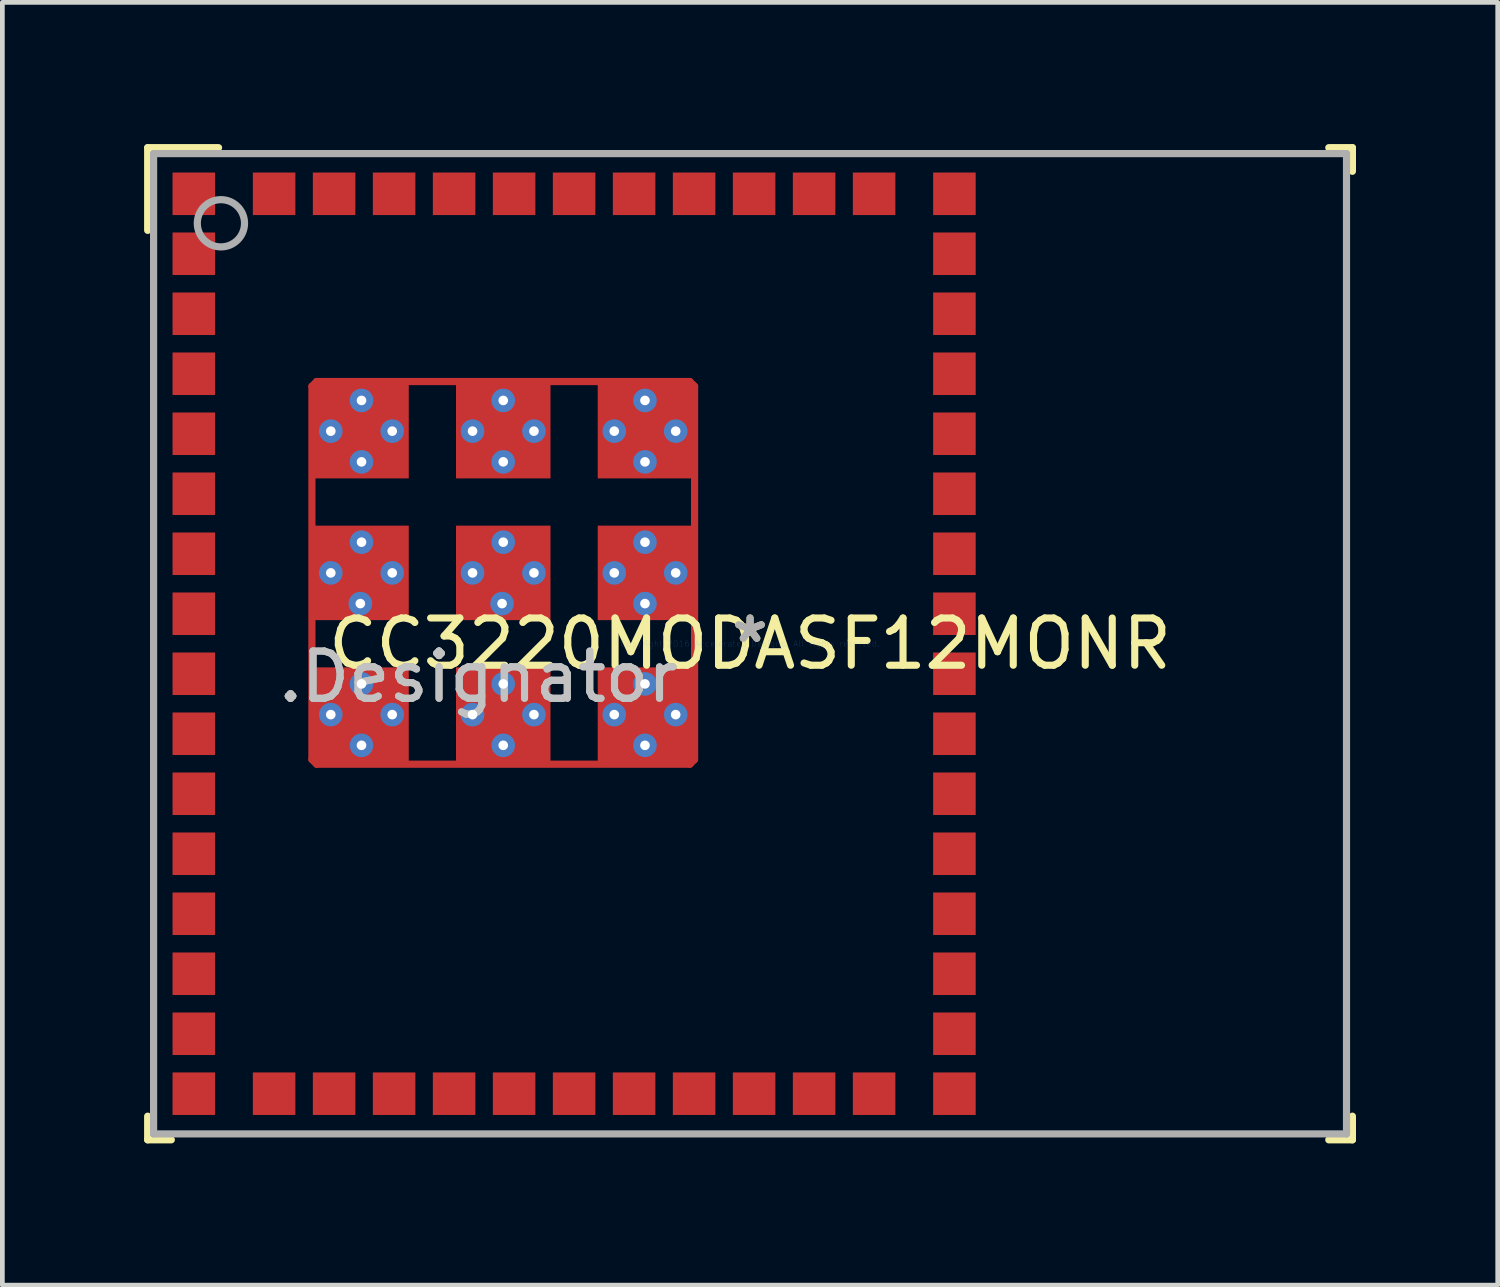
<source format=kicad_pcb>
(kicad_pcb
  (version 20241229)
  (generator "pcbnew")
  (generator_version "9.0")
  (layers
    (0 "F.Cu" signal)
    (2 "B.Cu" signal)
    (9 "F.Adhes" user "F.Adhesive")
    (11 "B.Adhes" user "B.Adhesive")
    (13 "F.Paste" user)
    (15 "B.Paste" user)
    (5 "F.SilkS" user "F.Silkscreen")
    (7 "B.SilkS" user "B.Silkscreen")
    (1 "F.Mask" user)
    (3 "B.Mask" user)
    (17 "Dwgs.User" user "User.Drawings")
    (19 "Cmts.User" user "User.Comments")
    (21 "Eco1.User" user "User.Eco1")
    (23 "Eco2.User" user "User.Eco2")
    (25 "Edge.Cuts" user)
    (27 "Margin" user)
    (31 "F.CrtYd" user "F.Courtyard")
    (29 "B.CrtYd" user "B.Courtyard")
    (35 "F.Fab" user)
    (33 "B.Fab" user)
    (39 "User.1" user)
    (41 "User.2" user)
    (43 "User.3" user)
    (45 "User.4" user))
  (footprint "CC3220MODASF12MONR"
    (layer "F.Cu")
    (at 12.826 10.576)
    (property "Reference" "CC3220MODASF12MONR" (at 0 0 0) (layer "F.SilkS") (effects (font (size 1 1) (thickness 0.15))))
    (attr through_hole)
    (fp_line (start -9.274 -5.45) (end -9.174 -5.55) (stroke (width 0.152) (type solid)) (layer "F.Cu"))
    (fp_line (start -9.274 2.45) (end -9.274 -5.45) (stroke (width 0.152) (type solid)) (layer "F.Cu"))
    (fp_line (start -9.174 -5.55) (end -1.274 -5.55) (stroke (width 0.152) (type solid)) (layer "F.Cu"))
    (fp_line (start -9.174 2.55) (end -9.274 2.45) (stroke (width 0.152) (type solid)) (layer "F.Cu"))
    (fp_line (start -1.274 -5.55) (end -1.174 -5.45) (stroke (width 0.152) (type solid)) (layer "F.Cu"))
    (fp_line (start -1.274 2.55) (end -9.174 2.55) (stroke (width 0.152) (type solid)) (layer "F.Cu"))
    (fp_line (start -1.174 -5.45) (end -1.174 2.45) (stroke (width 0.152) (type solid)) (layer "F.Cu"))
    (fp_line (start -1.174 2.45) (end -1.274 2.55) (stroke (width 0.152) (type solid)) (layer "F.Cu"))
    (fp_line (start -9.224 -4.479) (end -9.209 -4.515) (stroke (width 0.152) (type solid)) (layer "F.Mask"))
    (fp_line (start -9.224 -3.55) (end -9.224 -4.479) (stroke (width 0.152) (type solid)) (layer "F.Mask"))
    (fp_line (start -9.209 -4.515) (end -8.239 -5.485) (stroke (width 0.152) (type solid)) (layer "F.Mask"))
    (fp_line (start -9.209 -4.515) (end -9.209 -4.515) (stroke (width 0.152) (type solid)) (layer "F.Mask"))
    (fp_line (start -9.174 -3.5) (end -9.224 -3.55) (stroke (width 0.152) (type solid)) (layer "F.Mask"))
    (fp_line (start -8.239 -5.485) (end -8.239 -5.485) (stroke (width 0.152) (type solid)) (layer "F.Mask"))
    (fp_line (start -8.239 -5.485) (end -8.203 -5.5) (stroke (width 0.152) (type solid)) (layer "F.Mask"))
    (fp_line (start -8.203 -5.5) (end -7.274 -5.5) (stroke (width 0.152) (type solid)) (layer "F.Mask"))
    (fp_line (start -7.274 -5.5) (end -7.224 -5.45) (stroke (width 0.152) (type solid)) (layer "F.Mask"))
    (fp_line (start -7.274 -3.5) (end -9.174 -3.5) (stroke (width 0.152) (type solid)) (layer "F.Mask"))
    (fp_line (start -7.224 -5.45) (end -7.224 -3.55) (stroke (width 0.152) (type solid)) (layer "F.Mask"))
    (fp_line (start -7.224 -3.55) (end -7.274 -3.5) (stroke (width 0.152) (type solid)) (layer "F.Mask"))
    (fp_line (start -12.75 -10.5) (end -11.25 -10.5) (stroke (width 0.152) (type solid)) (layer "F.SilkS"))
    (fp_line (start -12.75 -8.75) (end -12.75 -10.5) (stroke (width 0.152) (type solid)) (layer "F.SilkS"))
    (fp_line (start -12.75 10.5) (end -12.75 10) (stroke (width 0.152) (type solid)) (layer "F.SilkS"))
    (fp_line (start -12.75 10.5) (end -12.25 10.5) (stroke (width 0.152) (type solid)) (layer "F.SilkS"))
    (fp_line (start 12.25 -10.5) (end 12.75 -10.5) (stroke (width 0.152) (type solid)) (layer "F.SilkS"))
    (fp_line (start 12.25 10.5) (end 12.75 10.5) (stroke (width 0.152) (type solid)) (layer "F.SilkS"))
    (fp_line (start 12.75 -10) (end 12.75 -10.5) (stroke (width 0.152) (type solid)) (layer "F.SilkS"))
    (fp_line (start 12.75 10.5) (end 12.75 10) (stroke (width 0.152) (type solid)) (layer "F.SilkS"))
    (fp_line (start -9.219 -4.346) (end -9.218 -4.356) (stroke (width 0.152) (type solid)) (layer "F.Paste"))
    (fp_line (start -9.219 -3.554) (end -9.219 -4.346) (stroke (width 0.152) (type solid)) (layer "F.Paste"))
    (fp_line (start -9.219 -2.446) (end -9.218 -2.456) (stroke (width 0.152) (type solid)) (layer "F.Paste"))
    (fp_line (start -9.219 -1.654) (end -9.219 -2.446) (stroke (width 0.152) (type solid)) (layer "F.Paste"))
    (fp_line (start -9.219 -1.346) (end -9.218 -1.356) (stroke (width 0.152) (type solid)) (layer "F.Paste"))
    (fp_line (start -9.219 -0.554) (end -9.219 -1.346) (stroke (width 0.152) (type solid)) (layer "F.Paste"))
    (fp_line (start -9.219 0.554) (end -9.218 0.544) (stroke (width 0.152) (type solid)) (layer "F.Paste"))
    (fp_line (start -9.219 1.346) (end -9.219 0.554) (stroke (width 0.152) (type solid)) (layer "F.Paste"))
    (fp_line (start -9.219 1.654) (end -9.218 1.644) (stroke (width 0.152) (type solid)) (layer "F.Paste"))
    (fp_line (start -9.219 2.446) (end -9.219 1.654) (stroke (width 0.152) (type solid)) (layer "F.Paste"))
    (fp_line (start -9.218 -4.356) (end -9.215 -4.365) (stroke (width 0.152) (type solid)) (layer "F.Paste"))
    (fp_line (start -9.218 -3.544) (end -9.219 -3.554) (stroke (width 0.152) (type solid)) (layer "F.Paste"))
    (fp_line (start -9.218 -2.456) (end -9.215 -2.465) (stroke (width 0.152) (type solid)) (layer "F.Paste"))
    (fp_line (start -9.218 -1.644) (end -9.219 -1.654) (stroke (width 0.152) (type solid)) (layer "F.Paste"))
    (fp_line (start -9.218 -1.356) (end -9.215 -1.365) (stroke (width 0.152) (type solid)) (layer "F.Paste"))
    (fp_line (start -9.218 -0.544) (end -9.219 -0.554) (stroke (width 0.152) (type solid)) (layer "F.Paste"))
    (fp_line (start -9.218 0.544) (end -9.215 0.535) (stroke (width 0.152) (type solid)) (layer "F.Paste"))
    (fp_line (start -9.218 1.356) (end -9.219 1.346) (stroke (width 0.152) (type solid)) (layer "F.Paste"))
    (fp_line (start -9.218 1.644) (end -9.215 1.635) (stroke (width 0.152) (type solid)) (layer "F.Paste"))
    (fp_line (start -9.218 2.456) (end -9.219 2.446) (stroke (width 0.152) (type solid)) (layer "F.Paste"))
    (fp_line (start -9.215 -4.365) (end -9.211 -4.373) (stroke (width 0.152) (type solid)) (layer "F.Paste"))
    (fp_line (start -9.215 -3.535) (end -9.218 -3.544) (stroke (width 0.152) (type solid)) (layer "F.Paste"))
    (fp_line (start -9.215 -2.465) (end -9.211 -2.473) (stroke (width 0.152) (type solid)) (layer "F.Paste"))
    (fp_line (start -9.215 -1.635) (end -9.218 -1.644) (stroke (width 0.152) (type solid)) (layer "F.Paste"))
    (fp_line (start -9.215 -1.365) (end -9.211 -1.373) (stroke (width 0.152) (type solid)) (layer "F.Paste"))
    (fp_line (start -9.215 -0.535) (end -9.218 -0.544) (stroke (width 0.152) (type solid)) (layer "F.Paste"))
    (fp_line (start -9.215 0.535) (end -9.211 0.527) (stroke (width 0.152) (type solid)) (layer "F.Paste"))
    (fp_line (start -9.215 1.365) (end -9.218 1.356) (stroke (width 0.152) (type solid)) (layer "F.Paste"))
    (fp_line (start -9.215 1.635) (end -9.211 1.627) (stroke (width 0.152) (type solid)) (layer "F.Paste"))
    (fp_line (start -9.215 2.465) (end -9.218 2.456) (stroke (width 0.152) (type solid)) (layer "F.Paste"))
    (fp_line (start -9.211 -4.373) (end -9.205 -4.381) (stroke (width 0.152) (type solid)) (layer "F.Paste"))
    (fp_line (start -9.211 -3.527) (end -9.215 -3.535) (stroke (width 0.152) (type solid)) (layer "F.Paste"))
    (fp_line (start -9.211 -2.473) (end -9.205 -2.481) (stroke (width 0.152) (type solid)) (layer "F.Paste"))
    (fp_line (start -9.211 -1.627) (end -9.215 -1.635) (stroke (width 0.152) (type solid)) (layer "F.Paste"))
    (fp_line (start -9.211 -1.373) (end -9.205 -1.381) (stroke (width 0.152) (type solid)) (layer "F.Paste"))
    (fp_line (start -9.211 -0.527) (end -9.215 -0.535) (stroke (width 0.152) (type solid)) (layer "F.Paste"))
    (fp_line (start -9.211 0.527) (end -9.205 0.519) (stroke (width 0.152) (type solid)) (layer "F.Paste"))
    (fp_line (start -9.211 1.373) (end -9.215 1.365) (stroke (width 0.152) (type solid)) (layer "F.Paste"))
    (fp_line (start -9.211 1.627) (end -9.205 1.619) (stroke (width 0.152) (type solid)) (layer "F.Paste"))
    (fp_line (start -9.211 2.473) (end -9.215 2.465) (stroke (width 0.152) (type solid)) (layer "F.Paste"))
    (fp_line (start -9.205 -4.381) (end -9.197 -4.387) (stroke (width 0.152) (type solid)) (layer "F.Paste"))
    (fp_line (start -9.205 -3.519) (end -9.211 -3.527) (stroke (width 0.152) (type solid)) (layer "F.Paste"))
    (fp_line (start -9.205 -2.481) (end -9.197 -2.487) (stroke (width 0.152) (type solid)) (layer "F.Paste"))
    (fp_line (start -9.205 -1.619) (end -9.211 -1.627) (stroke (width 0.152) (type solid)) (layer "F.Paste"))
    (fp_line (start -9.205 -1.381) (end -9.197 -1.387) (stroke (width 0.152) (type solid)) (layer "F.Paste"))
    (fp_line (start -9.205 -0.519) (end -9.211 -0.527) (stroke (width 0.152) (type solid)) (layer "F.Paste"))
    (fp_line (start -9.205 0.519) (end -9.197 0.513) (stroke (width 0.152) (type solid)) (layer "F.Paste"))
    (fp_line (start -9.205 1.381) (end -9.211 1.373) (stroke (width 0.152) (type solid)) (layer "F.Paste"))
    (fp_line (start -9.205 1.619) (end -9.197 1.613) (stroke (width 0.152) (type solid)) (layer "F.Paste"))
    (fp_line (start -9.205 2.481) (end -9.211 2.473) (stroke (width 0.152) (type solid)) (layer "F.Paste"))
    (fp_line (start -9.197 -4.387) (end -9.189 -4.391) (stroke (width 0.152) (type solid)) (layer "F.Paste"))
    (fp_line (start -9.197 -3.513) (end -9.205 -3.519) (stroke (width 0.152) (type solid)) (layer "F.Paste"))
    (fp_line (start -9.197 -2.487) (end -9.189 -2.491) (stroke (width 0.152) (type solid)) (layer "F.Paste"))
    (fp_line (start -9.197 -1.613) (end -9.205 -1.619) (stroke (width 0.152) (type solid)) (layer "F.Paste"))
    (fp_line (start -9.197 -1.387) (end -9.189 -1.391) (stroke (width 0.152) (type solid)) (layer "F.Paste"))
    (fp_line (start -9.197 -0.513) (end -9.205 -0.519) (stroke (width 0.152) (type solid)) (layer "F.Paste"))
    (fp_line (start -9.197 0.513) (end -9.189 0.509) (stroke (width 0.152) (type solid)) (layer "F.Paste"))
    (fp_line (start -9.197 1.387) (end -9.205 1.381) (stroke (width 0.152) (type solid)) (layer "F.Paste"))
    (fp_line (start -9.197 1.613) (end -9.189 1.609) (stroke (width 0.152) (type solid)) (layer "F.Paste"))
    (fp_line (start -9.197 2.487) (end -9.205 2.481) (stroke (width 0.152) (type solid)) (layer "F.Paste"))
    (fp_line (start -9.189 -4.391) (end -9.18 -4.394) (stroke (width 0.152) (type solid)) (layer "F.Paste"))
    (fp_line (start -9.189 -3.509) (end -9.197 -3.513) (stroke (width 0.152) (type solid)) (layer "F.Paste"))
    (fp_line (start -9.189 -2.491) (end -9.18 -2.494) (stroke (width 0.152) (type solid)) (layer "F.Paste"))
    (fp_line (start -9.189 -1.609) (end -9.197 -1.613) (stroke (width 0.152) (type solid)) (layer "F.Paste"))
    (fp_line (start -9.189 -1.391) (end -9.18 -1.394) (stroke (width 0.152) (type solid)) (layer "F.Paste"))
    (fp_line (start -9.189 -0.509) (end -9.197 -0.513) (stroke (width 0.152) (type solid)) (layer "F.Paste"))
    (fp_line (start -9.189 0.509) (end -9.18 0.506) (stroke (width 0.152) (type solid)) (layer "F.Paste"))
    (fp_line (start -9.189 1.391) (end -9.197 1.387) (stroke (width 0.152) (type solid)) (layer "F.Paste"))
    (fp_line (start -9.189 1.609) (end -9.18 1.606) (stroke (width 0.152) (type solid)) (layer "F.Paste"))
    (fp_line (start -9.189 2.491) (end -9.197 2.487) (stroke (width 0.152) (type solid)) (layer "F.Paste"))
    (fp_line (start -9.18 -4.394) (end -9.17 -4.395) (stroke (width 0.152) (type solid)) (layer "F.Paste"))
    (fp_line (start -9.18 -3.506) (end -9.189 -3.509) (stroke (width 0.152) (type solid)) (layer "F.Paste"))
    (fp_line (start -9.18 -2.494) (end -9.17 -2.495) (stroke (width 0.152) (type solid)) (layer "F.Paste"))
    (fp_line (start -9.18 -1.606) (end -9.189 -1.609) (stroke (width 0.152) (type solid)) (layer "F.Paste"))
    (fp_line (start -9.18 -1.394) (end -9.17 -1.395) (stroke (width 0.152) (type solid)) (layer "F.Paste"))
    (fp_line (start -9.18 -0.506) (end -9.189 -0.509) (stroke (width 0.152) (type solid)) (layer "F.Paste"))
    (fp_line (start -9.18 0.506) (end -9.17 0.505) (stroke (width 0.152) (type solid)) (layer "F.Paste"))
    (fp_line (start -9.18 1.394) (end -9.189 1.391) (stroke (width 0.152) (type solid)) (layer "F.Paste"))
    (fp_line (start -9.18 1.606) (end -9.17 1.605) (stroke (width 0.152) (type solid)) (layer "F.Paste"))
    (fp_line (start -9.18 2.494) (end -9.189 2.491) (stroke (width 0.152) (type solid)) (layer "F.Paste"))
    (fp_line (start -9.17 -4.395) (end -8.378 -4.395) (stroke (width 0.152) (type solid)) (layer "F.Paste"))
    (fp_line (start -9.17 -3.505) (end -9.18 -3.506) (stroke (width 0.152) (type solid)) (layer "F.Paste"))
    (fp_line (start -9.17 -2.495) (end -8.378 -2.495) (stroke (width 0.152) (type solid)) (layer "F.Paste"))
    (fp_line (start -9.17 -1.605) (end -9.18 -1.606) (stroke (width 0.152) (type solid)) (layer "F.Paste"))
    (fp_line (start -9.17 -1.395) (end -8.378 -1.395) (stroke (width 0.152) (type solid)) (layer "F.Paste"))
    (fp_line (start -9.17 -0.505) (end -9.18 -0.506) (stroke (width 0.152) (type solid)) (layer "F.Paste"))
    (fp_line (start -9.17 0.505) (end -8.378 0.505) (stroke (width 0.152) (type solid)) (layer "F.Paste"))
    (fp_line (start -9.17 1.395) (end -9.18 1.394) (stroke (width 0.152) (type solid)) (layer "F.Paste"))
    (fp_line (start -9.17 1.605) (end -8.378 1.605) (stroke (width 0.152) (type solid)) (layer "F.Paste"))
    (fp_line (start -9.17 2.495) (end -9.18 2.494) (stroke (width 0.152) (type solid)) (layer "F.Paste"))
    (fp_line (start -8.774 -5) (end -8.724 -5.05) (stroke (width 0.152) (type solid)) (layer "F.Paste"))
    (fp_line (start -8.774 -4.65) (end -8.774 -5) (stroke (width 0.152) (type solid)) (layer "F.Paste"))
    (fp_line (start -8.724 -5.05) (end -8.174 -5.05) (stroke (width 0.152) (type solid)) (layer "F.Paste"))
    (fp_line (start -8.724 -4.6) (end -8.774 -4.65) (stroke (width 0.152) (type solid)) (layer "F.Paste"))
    (fp_line (start -8.378 -4.395) (end -8.368 -4.394) (stroke (width 0.152) (type solid)) (layer "F.Paste"))
    (fp_line (start -8.378 -3.505) (end -9.17 -3.505) (stroke (width 0.152) (type solid)) (layer "F.Paste"))
    (fp_line (start -8.378 -2.495) (end -8.368 -2.494) (stroke (width 0.152) (type solid)) (layer "F.Paste"))
    (fp_line (start -8.378 -1.605) (end -9.17 -1.605) (stroke (width 0.152) (type solid)) (layer "F.Paste"))
    (fp_line (start -8.378 -1.395) (end -8.368 -1.394) (stroke (width 0.152) (type solid)) (layer "F.Paste"))
    (fp_line (start -8.378 -0.505) (end -9.17 -0.505) (stroke (width 0.152) (type solid)) (layer "F.Paste"))
    (fp_line (start -8.378 0.505) (end -8.368 0.506) (stroke (width 0.152) (type solid)) (layer "F.Paste"))
    (fp_line (start -8.378 1.395) (end -9.17 1.395) (stroke (width 0.152) (type solid)) (layer "F.Paste"))
    (fp_line (start -8.378 1.605) (end -8.368 1.606) (stroke (width 0.152) (type solid)) (layer "F.Paste"))
    (fp_line (start -8.378 2.495) (end -9.17 2.495) (stroke (width 0.152) (type solid)) (layer "F.Paste"))
    (fp_line (start -8.368 -4.394) (end -8.359 -4.391) (stroke (width 0.152) (type solid)) (layer "F.Paste"))
    (fp_line (start -8.368 -3.506) (end -8.378 -3.505) (stroke (width 0.152) (type solid)) (layer "F.Paste"))
    (fp_line (start -8.368 -2.494) (end -8.359 -2.491) (stroke (width 0.152) (type solid)) (layer "F.Paste"))
    (fp_line (start -8.368 -1.606) (end -8.378 -1.605) (stroke (width 0.152) (type solid)) (layer "F.Paste"))
    (fp_line (start -8.368 -1.394) (end -8.359 -1.391) (stroke (width 0.152) (type solid)) (layer "F.Paste"))
    (fp_line (start -8.368 -0.506) (end -8.378 -0.505) (stroke (width 0.152) (type solid)) (layer "F.Paste"))
    (fp_line (start -8.368 0.506) (end -8.359 0.509) (stroke (width 0.152) (type solid)) (layer "F.Paste"))
    (fp_line (start -8.368 1.394) (end -8.378 1.395) (stroke (width 0.152) (type solid)) (layer "F.Paste"))
    (fp_line (start -8.368 1.606) (end -8.359 1.609) (stroke (width 0.152) (type solid)) (layer "F.Paste"))
    (fp_line (start -8.368 2.494) (end -8.378 2.495) (stroke (width 0.152) (type solid)) (layer "F.Paste"))
    (fp_line (start -8.359 -4.391) (end -8.351 -4.387) (stroke (width 0.152) (type solid)) (layer "F.Paste"))
    (fp_line (start -8.359 -3.509) (end -8.368 -3.506) (stroke (width 0.152) (type solid)) (layer "F.Paste"))
    (fp_line (start -8.359 -2.491) (end -8.351 -2.487) (stroke (width 0.152) (type solid)) (layer "F.Paste"))
    (fp_line (start -8.359 -1.609) (end -8.368 -1.606) (stroke (width 0.152) (type solid)) (layer "F.Paste"))
    (fp_line (start -8.359 -1.391) (end -8.351 -1.387) (stroke (width 0.152) (type solid)) (layer "F.Paste"))
    (fp_line (start -8.359 -0.509) (end -8.368 -0.506) (stroke (width 0.152) (type solid)) (layer "F.Paste"))
    (fp_line (start -8.359 0.509) (end -8.351 0.513) (stroke (width 0.152) (type solid)) (layer "F.Paste"))
    (fp_line (start -8.359 1.391) (end -8.368 1.394) (stroke (width 0.152) (type solid)) (layer "F.Paste"))
    (fp_line (start -8.359 1.609) (end -8.351 1.613) (stroke (width 0.152) (type solid)) (layer "F.Paste"))
    (fp_line (start -8.359 2.491) (end -8.368 2.494) (stroke (width 0.152) (type solid)) (layer "F.Paste"))
    (fp_line (start -8.351 -4.387) (end -8.343 -4.381) (stroke (width 0.152) (type solid)) (layer "F.Paste"))
    (fp_line (start -8.351 -3.513) (end -8.359 -3.509) (stroke (width 0.152) (type solid)) (layer "F.Paste"))
    (fp_line (start -8.351 -2.487) (end -8.343 -2.481) (stroke (width 0.152) (type solid)) (layer "F.Paste"))
    (fp_line (start -8.351 -1.613) (end -8.359 -1.609) (stroke (width 0.152) (type solid)) (layer "F.Paste"))
    (fp_line (start -8.351 -1.387) (end -8.343 -1.381) (stroke (width 0.152) (type solid)) (layer "F.Paste"))
    (fp_line (start -8.351 -0.513) (end -8.359 -0.509) (stroke (width 0.152) (type solid)) (layer "F.Paste"))
    (fp_line (start -8.351 0.513) (end -8.343 0.519) (stroke (width 0.152) (type solid)) (layer "F.Paste"))
    (fp_line (start -8.351 1.387) (end -8.359 1.391) (stroke (width 0.152) (type solid)) (layer "F.Paste"))
    (fp_line (start -8.351 1.613) (end -8.343 1.619) (stroke (width 0.152) (type solid)) (layer "F.Paste"))
    (fp_line (start -8.351 2.487) (end -8.359 2.491) (stroke (width 0.152) (type solid)) (layer "F.Paste"))
    (fp_line (start -8.343 -4.381) (end -8.337 -4.373) (stroke (width 0.152) (type solid)) (layer "F.Paste"))
    (fp_line (start -8.343 -3.519) (end -8.351 -3.513) (stroke (width 0.152) (type solid)) (layer "F.Paste"))
    (fp_line (start -8.343 -2.481) (end -8.337 -2.473) (stroke (width 0.152) (type solid)) (layer "F.Paste"))
    (fp_line (start -8.343 -1.619) (end -8.351 -1.613) (stroke (width 0.152) (type solid)) (layer "F.Paste"))
    (fp_line (start -8.343 -1.381) (end -8.337 -1.373) (stroke (width 0.152) (type solid)) (layer "F.Paste"))
    (fp_line (start -8.343 -0.519) (end -8.351 -0.513) (stroke (width 0.152) (type solid)) (layer "F.Paste"))
    (fp_line (start -8.343 0.519) (end -8.337 0.527) (stroke (width 0.152) (type solid)) (layer "F.Paste"))
    (fp_line (start -8.343 1.381) (end -8.351 1.387) (stroke (width 0.152) (type solid)) (layer "F.Paste"))
    (fp_line (start -8.343 1.619) (end -8.337 1.627) (stroke (width 0.152) (type solid)) (layer "F.Paste"))
    (fp_line (start -8.343 2.481) (end -8.351 2.487) (stroke (width 0.152) (type solid)) (layer "F.Paste"))
    (fp_line (start -8.337 -4.373) (end -8.333 -4.365) (stroke (width 0.152) (type solid)) (layer "F.Paste"))
    (fp_line (start -8.337 -3.527) (end -8.343 -3.519) (stroke (width 0.152) (type solid)) (layer "F.Paste"))
    (fp_line (start -8.337 -2.473) (end -8.333 -2.465) (stroke (width 0.152) (type solid)) (layer "F.Paste"))
    (fp_line (start -8.337 -1.627) (end -8.343 -1.619) (stroke (width 0.152) (type solid)) (layer "F.Paste"))
    (fp_line (start -8.337 -1.373) (end -8.333 -1.365) (stroke (width 0.152) (type solid)) (layer "F.Paste"))
    (fp_line (start -8.337 -0.527) (end -8.343 -0.519) (stroke (width 0.152) (type solid)) (layer "F.Paste"))
    (fp_line (start -8.337 0.527) (end -8.333 0.535) (stroke (width 0.152) (type solid)) (layer "F.Paste"))
    (fp_line (start -8.337 1.373) (end -8.343 1.381) (stroke (width 0.152) (type solid)) (layer "F.Paste"))
    (fp_line (start -8.337 1.627) (end -8.333 1.635) (stroke (width 0.152) (type solid)) (layer "F.Paste"))
    (fp_line (start -8.337 2.473) (end -8.343 2.481) (stroke (width 0.152) (type solid)) (layer "F.Paste"))
    (fp_line (start -8.333 -4.365) (end -8.33 -4.356) (stroke (width 0.152) (type solid)) (layer "F.Paste"))
    (fp_line (start -8.333 -3.535) (end -8.337 -3.527) (stroke (width 0.152) (type solid)) (layer "F.Paste"))
    (fp_line (start -8.333 -2.465) (end -8.33 -2.456) (stroke (width 0.152) (type solid)) (layer "F.Paste"))
    (fp_line (start -8.333 -1.635) (end -8.337 -1.627) (stroke (width 0.152) (type solid)) (layer "F.Paste"))
    (fp_line (start -8.333 -1.365) (end -8.33 -1.356) (stroke (width 0.152) (type solid)) (layer "F.Paste"))
    (fp_line (start -8.333 -0.535) (end -8.337 -0.527) (stroke (width 0.152) (type solid)) (layer "F.Paste"))
    (fp_line (start -8.333 0.535) (end -8.33 0.544) (stroke (width 0.152) (type solid)) (layer "F.Paste"))
    (fp_line (start -8.333 1.365) (end -8.337 1.373) (stroke (width 0.152) (type solid)) (layer "F.Paste"))
    (fp_line (start -8.333 1.635) (end -8.33 1.644) (stroke (width 0.152) (type solid)) (layer "F.Paste"))
    (fp_line (start -8.333 2.465) (end -8.337 2.473) (stroke (width 0.152) (type solid)) (layer "F.Paste"))
    (fp_line (start -8.33 -4.356) (end -8.329 -4.346) (stroke (width 0.152) (type solid)) (layer "F.Paste"))
    (fp_line (start -8.33 -3.544) (end -8.333 -3.535) (stroke (width 0.152) (type solid)) (layer "F.Paste"))
    (fp_line (start -8.33 -2.456) (end -8.329 -2.446) (stroke (width 0.152) (type solid)) (layer "F.Paste"))
    (fp_line (start -8.33 -1.644) (end -8.333 -1.635) (stroke (width 0.152) (type solid)) (layer "F.Paste"))
    (fp_line (start -8.33 -1.356) (end -8.329 -1.346) (stroke (width 0.152) (type solid)) (layer "F.Paste"))
    (fp_line (start -8.33 -0.544) (end -8.333 -0.535) (stroke (width 0.152) (type solid)) (layer "F.Paste"))
    (fp_line (start -8.33 0.544) (end -8.329 0.554) (stroke (width 0.152) (type solid)) (layer "F.Paste"))
    (fp_line (start -8.33 1.356) (end -8.333 1.365) (stroke (width 0.152) (type solid)) (layer "F.Paste"))
    (fp_line (start -8.33 1.644) (end -8.329 1.654) (stroke (width 0.152) (type solid)) (layer "F.Paste"))
    (fp_line (start -8.33 2.456) (end -8.333 2.465) (stroke (width 0.152) (type solid)) (layer "F.Paste"))
    (fp_line (start -8.329 -4.346) (end -8.329 -3.554) (stroke (width 0.152) (type solid)) (layer "F.Paste"))
    (fp_line (start -8.329 -3.554) (end -8.33 -3.544) (stroke (width 0.152) (type solid)) (layer "F.Paste"))
    (fp_line (start -8.329 -2.446) (end -8.329 -1.654) (stroke (width 0.152) (type solid)) (layer "F.Paste"))
    (fp_line (start -8.329 -1.654) (end -8.33 -1.644) (stroke (width 0.152) (type solid)) (layer "F.Paste"))
    (fp_line (start -8.329 -1.346) (end -8.329 -0.554) (stroke (width 0.152) (type solid)) (layer "F.Paste"))
    (fp_line (start -8.329 -0.554) (end -8.33 -0.544) (stroke (width 0.152) (type solid)) (layer "F.Paste"))
    (fp_line (start -8.329 0.554) (end -8.329 1.346) (stroke (width 0.152) (type solid)) (layer "F.Paste"))
    (fp_line (start -8.329 1.346) (end -8.33 1.356) (stroke (width 0.152) (type solid)) (layer "F.Paste"))
    (fp_line (start -8.329 1.654) (end -8.329 2.446) (stroke (width 0.152) (type solid)) (layer "F.Paste"))
    (fp_line (start -8.329 2.446) (end -8.33 2.456) (stroke (width 0.152) (type solid)) (layer "F.Paste"))
    (fp_line (start -8.174 -5.05) (end -8.124 -5.1) (stroke (width 0.152) (type solid)) (layer "F.Paste"))
    (fp_line (start -8.124 -5.44) (end -8.074 -5.49) (stroke (width 0.152) (type solid)) (layer "F.Paste"))
    (fp_line (start -8.124 -5.1) (end -8.124 -5.44) (stroke (width 0.152) (type solid)) (layer "F.Paste"))
    (fp_line (start -8.119 -2.446) (end -8.118 -2.456) (stroke (width 0.152) (type solid)) (layer "F.Paste"))
    (fp_line (start -8.119 -1.654) (end -8.119 -2.446) (stroke (width 0.152) (type solid)) (layer "F.Paste"))
    (fp_line (start -8.119 -1.346) (end -8.118 -1.356) (stroke (width 0.152) (type solid)) (layer "F.Paste"))
    (fp_line (start -8.119 -0.554) (end -8.119 -1.346) (stroke (width 0.152) (type solid)) (layer "F.Paste"))
    (fp_line (start -8.119 -4.346) (end -8.118 -4.356) (stroke (width 0.152) (type solid)) (layer "F.Paste"))
    (fp_line (start -8.119 -3.554) (end -8.119 -4.346) (stroke (width 0.152) (type solid)) (layer "F.Paste"))
    (fp_line (start -8.119 0.554) (end -8.118 0.544) (stroke (width 0.152) (type solid)) (layer "F.Paste"))
    (fp_line (start -8.119 1.346) (end -8.119 0.554) (stroke (width 0.152) (type solid)) (layer "F.Paste"))
    (fp_line (start -8.119 1.654) (end -8.118 1.644) (stroke (width 0.152) (type solid)) (layer "F.Paste"))
    (fp_line (start -8.119 2.446) (end -8.119 1.654) (stroke (width 0.152) (type solid)) (layer "F.Paste"))
    (fp_line (start -8.118 -2.456) (end -8.115 -2.465) (stroke (width 0.152) (type solid)) (layer "F.Paste"))
    (fp_line (start -8.118 -1.644) (end -8.119 -1.654) (stroke (width 0.152) (type solid)) (layer "F.Paste"))
    (fp_line (start -8.118 -1.356) (end -8.115 -1.365) (stroke (width 0.152) (type solid)) (layer "F.Paste"))
    (fp_line (start -8.118 -0.544) (end -8.119 -0.554) (stroke (width 0.152) (type solid)) (layer "F.Paste"))
    (fp_line (start -8.118 -4.356) (end -8.115 -4.365) (stroke (width 0.152) (type solid)) (layer "F.Paste"))
    (fp_line (start -8.118 -3.544) (end -8.119 -3.554) (stroke (width 0.152) (type solid)) (layer "F.Paste"))
    (fp_line (start -8.118 0.544) (end -8.115 0.535) (stroke (width 0.152) (type solid)) (layer "F.Paste"))
    (fp_line (start -8.118 1.356) (end -8.119 1.346) (stroke (width 0.152) (type solid)) (layer "F.Paste"))
    (fp_line (start -8.118 1.644) (end -8.115 1.635) (stroke (width 0.152) (type solid)) (layer "F.Paste"))
    (fp_line (start -8.118 2.456) (end -8.119 2.446) (stroke (width 0.152) (type solid)) (layer "F.Paste"))
    (fp_line (start -8.115 -2.465) (end -8.111 -2.473) (stroke (width 0.152) (type solid)) (layer "F.Paste"))
    (fp_line (start -8.115 -1.635) (end -8.118 -1.644) (stroke (width 0.152) (type solid)) (layer "F.Paste"))
    (fp_line (start -8.115 -1.365) (end -8.111 -1.373) (stroke (width 0.152) (type solid)) (layer "F.Paste"))
    (fp_line (start -8.115 -0.535) (end -8.118 -0.544) (stroke (width 0.152) (type solid)) (layer "F.Paste"))
    (fp_line (start -8.115 -4.365) (end -8.111 -4.373) (stroke (width 0.152) (type solid)) (layer "F.Paste"))
    (fp_line (start -8.115 -3.535) (end -8.118 -3.544) (stroke (width 0.152) (type solid)) (layer "F.Paste"))
    (fp_line (start -8.115 0.535) (end -8.111 0.527) (stroke (width 0.152) (type solid)) (layer "F.Paste"))
    (fp_line (start -8.115 1.365) (end -8.118 1.356) (stroke (width 0.152) (type solid)) (layer "F.Paste"))
    (fp_line (start -8.115 1.635) (end -8.111 1.627) (stroke (width 0.152) (type solid)) (layer "F.Paste"))
    (fp_line (start -8.115 2.465) (end -8.118 2.456) (stroke (width 0.152) (type solid)) (layer "F.Paste"))
    (fp_line (start -8.111 -2.473) (end -8.105 -2.481) (stroke (width 0.152) (type solid)) (layer "F.Paste"))
    (fp_line (start -8.111 -1.627) (end -8.115 -1.635) (stroke (width 0.152) (type solid)) (layer "F.Paste"))
    (fp_line (start -8.111 -1.373) (end -8.105 -1.381) (stroke (width 0.152) (type solid)) (layer "F.Paste"))
    (fp_line (start -8.111 -0.527) (end -8.115 -0.535) (stroke (width 0.152) (type solid)) (layer "F.Paste"))
    (fp_line (start -8.111 -4.373) (end -8.105 -4.381) (stroke (width 0.152) (type solid)) (layer "F.Paste"))
    (fp_line (start -8.111 -3.527) (end -8.115 -3.535) (stroke (width 0.152) (type solid)) (layer "F.Paste"))
    (fp_line (start -8.111 0.527) (end -8.105 0.519) (stroke (width 0.152) (type solid)) (layer "F.Paste"))
    (fp_line (start -8.111 1.373) (end -8.115 1.365) (stroke (width 0.152) (type solid)) (layer "F.Paste"))
    (fp_line (start -8.111 1.627) (end -8.105 1.619) (stroke (width 0.152) (type solid)) (layer "F.Paste"))
    (fp_line (start -8.111 2.473) (end -8.115 2.465) (stroke (width 0.152) (type solid)) (layer "F.Paste"))
    (fp_line (start -8.105 -2.481) (end -8.097 -2.487) (stroke (width 0.152) (type solid)) (layer "F.Paste"))
    (fp_line (start -8.105 -1.619) (end -8.111 -1.627) (stroke (width 0.152) (type solid)) (layer "F.Paste"))
    (fp_line (start -8.105 -1.381) (end -8.097 -1.387) (stroke (width 0.152) (type solid)) (layer "F.Paste"))
    (fp_line (start -8.105 -0.519) (end -8.111 -0.527) (stroke (width 0.152) (type solid)) (layer "F.Paste"))
    (fp_line (start -8.105 -4.381) (end -8.097 -4.387) (stroke (width 0.152) (type solid)) (layer "F.Paste"))
    (fp_line (start -8.105 -3.519) (end -8.111 -3.527) (stroke (width 0.152) (type solid)) (layer "F.Paste"))
    (fp_line (start -8.105 0.519) (end -8.097 0.513) (stroke (width 0.152) (type solid)) (layer "F.Paste"))
    (fp_line (start -8.105 1.381) (end -8.111 1.373) (stroke (width 0.152) (type solid)) (layer "F.Paste"))
    (fp_line (start -8.105 1.619) (end -8.097 1.613) (stroke (width 0.152) (type solid)) (layer "F.Paste"))
    (fp_line (start -8.105 2.481) (end -8.111 2.473) (stroke (width 0.152) (type solid)) (layer "F.Paste"))
    (fp_line (start -8.097 -2.487) (end -8.089 -2.491) (stroke (width 0.152) (type solid)) (layer "F.Paste"))
    (fp_line (start -8.097 -1.613) (end -8.105 -1.619) (stroke (width 0.152) (type solid)) (layer "F.Paste"))
    (fp_line (start -8.097 -1.387) (end -8.089 -1.391) (stroke (width 0.152) (type solid)) (layer "F.Paste"))
    (fp_line (start -8.097 -0.513) (end -8.105 -0.519) (stroke (width 0.152) (type solid)) (layer "F.Paste"))
    (fp_line (start -8.097 -4.387) (end -8.089 -4.391) (stroke (width 0.152) (type solid)) (layer "F.Paste"))
    (fp_line (start -8.097 -3.513) (end -8.105 -3.519) (stroke (width 0.152) (type solid)) (layer "F.Paste"))
    (fp_line (start -8.097 0.513) (end -8.089 0.509) (stroke (width 0.152) (type solid)) (layer "F.Paste"))
    (fp_line (start -8.097 1.387) (end -8.105 1.381) (stroke (width 0.152) (type solid)) (layer "F.Paste"))
    (fp_line (start -8.097 1.613) (end -8.089 1.609) (stroke (width 0.152) (type solid)) (layer "F.Paste"))
    (fp_line (start -8.097 2.487) (end -8.105 2.481) (stroke (width 0.152) (type solid)) (layer "F.Paste"))
    (fp_line (start -8.089 -2.491) (end -8.08 -2.494) (stroke (width 0.152) (type solid)) (layer "F.Paste"))
    (fp_line (start -8.089 -1.609) (end -8.097 -1.613) (stroke (width 0.152) (type solid)) (layer "F.Paste"))
    (fp_line (start -8.089 -1.391) (end -8.08 -1.394) (stroke (width 0.152) (type solid)) (layer "F.Paste"))
    (fp_line (start -8.089 -0.509) (end -8.097 -0.513) (stroke (width 0.152) (type solid)) (layer "F.Paste"))
    (fp_line (start -8.089 -4.391) (end -8.08 -4.394) (stroke (width 0.152) (type solid)) (layer "F.Paste"))
    (fp_line (start -8.089 -3.509) (end -8.097 -3.513) (stroke (width 0.152) (type solid)) (layer "F.Paste"))
    (fp_line (start -8.089 0.509) (end -8.08 0.506) (stroke (width 0.152) (type solid)) (layer "F.Paste"))
    (fp_line (start -8.089 1.391) (end -8.097 1.387) (stroke (width 0.152) (type solid)) (layer "F.Paste"))
    (fp_line (start -8.089 1.609) (end -8.08 1.606) (stroke (width 0.152) (type solid)) (layer "F.Paste"))
    (fp_line (start -8.089 2.491) (end -8.097 2.487) (stroke (width 0.152) (type solid)) (layer "F.Paste"))
    (fp_line (start -8.08 -2.494) (end -8.07 -2.495) (stroke (width 0.152) (type solid)) (layer "F.Paste"))
    (fp_line (start -8.08 -1.606) (end -8.089 -1.609) (stroke (width 0.152) (type solid)) (layer "F.Paste"))
    (fp_line (start -8.08 -1.394) (end -8.07 -1.395) (stroke (width 0.152) (type solid)) (layer "F.Paste"))
    (fp_line (start -8.08 -0.506) (end -8.089 -0.509) (stroke (width 0.152) (type solid)) (layer "F.Paste"))
    (fp_line (start -8.08 -4.394) (end -8.07 -4.395) (stroke (width 0.152) (type solid)) (layer "F.Paste"))
    (fp_line (start -8.08 -3.506) (end -8.089 -3.509) (stroke (width 0.152) (type solid)) (layer "F.Paste"))
    (fp_line (start -8.08 0.506) (end -8.07 0.505) (stroke (width 0.152) (type solid)) (layer "F.Paste"))
    (fp_line (start -8.08 1.394) (end -8.089 1.391) (stroke (width 0.152) (type solid)) (layer "F.Paste"))
    (fp_line (start -8.08 1.606) (end -8.07 1.605) (stroke (width 0.152) (type solid)) (layer "F.Paste"))
    (fp_line (start -8.08 2.494) (end -8.089 2.491) (stroke (width 0.152) (type solid)) (layer "F.Paste"))
    (fp_line (start -8.074 -5.49) (end -7.284 -5.49) (stroke (width 0.152) (type solid)) (layer "F.Paste"))
    (fp_line (start -8.07 -2.495) (end -7.278 -2.495) (stroke (width 0.152) (type solid)) (layer "F.Paste"))
    (fp_line (start -8.07 -1.605) (end -8.08 -1.606) (stroke (width 0.152) (type solid)) (layer "F.Paste"))
    (fp_line (start -8.07 -1.395) (end -7.278 -1.395) (stroke (width 0.152) (type solid)) (layer "F.Paste"))
    (fp_line (start -8.07 -0.505) (end -8.08 -0.506) (stroke (width 0.152) (type solid)) (layer "F.Paste"))
    (fp_line (start -8.07 -4.395) (end -7.278 -4.395) (stroke (width 0.152) (type solid)) (layer "F.Paste"))
    (fp_line (start -8.07 -3.505) (end -8.08 -3.506) (stroke (width 0.152) (type solid)) (layer "F.Paste"))
    (fp_line (start -8.07 0.505) (end -7.278 0.505) (stroke (width 0.152) (type solid)) (layer "F.Paste"))
    (fp_line (start -8.07 1.395) (end -8.08 1.394) (stroke (width 0.152) (type solid)) (layer "F.Paste"))
    (fp_line (start -8.07 1.605) (end -7.278 1.605) (stroke (width 0.152) (type solid)) (layer "F.Paste"))
    (fp_line (start -8.07 2.495) (end -8.08 2.494) (stroke (width 0.152) (type solid)) (layer "F.Paste"))
    (fp_line (start -7.284 -5.49) (end -7.234 -5.44) (stroke (width 0.152) (type solid)) (layer "F.Paste"))
    (fp_line (start -7.284 -4.6) (end -8.724 -4.6) (stroke (width 0.152) (type solid)) (layer "F.Paste"))
    (fp_line (start -7.278 -2.495) (end -7.268 -2.494) (stroke (width 0.152) (type solid)) (layer "F.Paste"))
    (fp_line (start -7.278 -1.605) (end -8.07 -1.605) (stroke (width 0.152) (type solid)) (layer "F.Paste"))
    (fp_line (start -7.278 -1.395) (end -7.268 -1.394) (stroke (width 0.152) (type solid)) (layer "F.Paste"))
    (fp_line (start -7.278 -0.505) (end -8.07 -0.505) (stroke (width 0.152) (type solid)) (layer "F.Paste"))
    (fp_line (start -7.278 -4.395) (end -7.268 -4.394) (stroke (width 0.152) (type solid)) (layer "F.Paste"))
    (fp_line (start -7.278 -3.505) (end -8.07 -3.505) (stroke (width 0.152) (type solid)) (layer "F.Paste"))
    (fp_line (start -7.278 0.505) (end -7.268 0.506) (stroke (width 0.152) (type solid)) (layer "F.Paste"))
    (fp_line (start -7.278 1.395) (end -8.07 1.395) (stroke (width 0.152) (type solid)) (layer "F.Paste"))
    (fp_line (start -7.278 1.605) (end -7.268 1.606) (stroke (width 0.152) (type solid)) (layer "F.Paste"))
    (fp_line (start -7.278 2.495) (end -8.07 2.495) (stroke (width 0.152) (type solid)) (layer "F.Paste"))
    (fp_line (start -7.268 -2.494) (end -7.259 -2.491) (stroke (width 0.152) (type solid)) (layer "F.Paste"))
    (fp_line (start -7.268 -1.606) (end -7.278 -1.605) (stroke (width 0.152) (type solid)) (layer "F.Paste"))
    (fp_line (start -7.268 -1.394) (end -7.259 -1.391) (stroke (width 0.152) (type solid)) (layer "F.Paste"))
    (fp_line (start -7.268 -0.506) (end -7.278 -0.505) (stroke (width 0.152) (type solid)) (layer "F.Paste"))
    (fp_line (start -7.268 -4.394) (end -7.259 -4.391) (stroke (width 0.152) (type solid)) (layer "F.Paste"))
    (fp_line (start -7.268 -3.506) (end -7.278 -3.505) (stroke (width 0.152) (type solid)) (layer "F.Paste"))
    (fp_line (start -7.268 0.506) (end -7.259 0.509) (stroke (width 0.152) (type solid)) (layer "F.Paste"))
    (fp_line (start -7.268 1.394) (end -7.278 1.395) (stroke (width 0.152) (type solid)) (layer "F.Paste"))
    (fp_line (start -7.268 1.606) (end -7.259 1.609) (stroke (width 0.152) (type solid)) (layer "F.Paste"))
    (fp_line (start -7.268 2.494) (end -7.278 2.495) (stroke (width 0.152) (type solid)) (layer "F.Paste"))
    (fp_line (start -7.259 -2.491) (end -7.251 -2.487) (stroke (width 0.152) (type solid)) (layer "F.Paste"))
    (fp_line (start -7.259 -1.609) (end -7.268 -1.606) (stroke (width 0.152) (type solid)) (layer "F.Paste"))
    (fp_line (start -7.259 -1.391) (end -7.251 -1.387) (stroke (width 0.152) (type solid)) (layer "F.Paste"))
    (fp_line (start -7.259 -0.509) (end -7.268 -0.506) (stroke (width 0.152) (type solid)) (layer "F.Paste"))
    (fp_line (start -7.259 -4.391) (end -7.251 -4.387) (stroke (width 0.152) (type solid)) (layer "F.Paste"))
    (fp_line (start -7.259 -3.509) (end -7.268 -3.506) (stroke (width 0.152) (type solid)) (layer "F.Paste"))
    (fp_line (start -7.259 0.509) (end -7.251 0.513) (stroke (width 0.152) (type solid)) (layer "F.Paste"))
    (fp_line (start -7.259 1.391) (end -7.268 1.394) (stroke (width 0.152) (type solid)) (layer "F.Paste"))
    (fp_line (start -7.259 1.609) (end -7.251 1.613) (stroke (width 0.152) (type solid)) (layer "F.Paste"))
    (fp_line (start -7.259 2.491) (end -7.268 2.494) (stroke (width 0.152) (type solid)) (layer "F.Paste"))
    (fp_line (start -7.251 -2.487) (end -7.243 -2.481) (stroke (width 0.152) (type solid)) (layer "F.Paste"))
    (fp_line (start -7.251 -1.613) (end -7.259 -1.609) (stroke (width 0.152) (type solid)) (layer "F.Paste"))
    (fp_line (start -7.251 -1.387) (end -7.243 -1.381) (stroke (width 0.152) (type solid)) (layer "F.Paste"))
    (fp_line (start -7.251 -0.513) (end -7.259 -0.509) (stroke (width 0.152) (type solid)) (layer "F.Paste"))
    (fp_line (start -7.251 -4.387) (end -7.243 -4.381) (stroke (width 0.152) (type solid)) (layer "F.Paste"))
    (fp_line (start -7.251 -3.513) (end -7.259 -3.509) (stroke (width 0.152) (type solid)) (layer "F.Paste"))
    (fp_line (start -7.251 0.513) (end -7.243 0.519) (stroke (width 0.152) (type solid)) (layer "F.Paste"))
    (fp_line (start -7.251 1.387) (end -7.259 1.391) (stroke (width 0.152) (type solid)) (layer "F.Paste"))
    (fp_line (start -7.251 1.613) (end -7.243 1.619) (stroke (width 0.152) (type solid)) (layer "F.Paste"))
    (fp_line (start -7.251 2.487) (end -7.259 2.491) (stroke (width 0.152) (type solid)) (layer "F.Paste"))
    (fp_line (start -7.243 -2.481) (end -7.237 -2.473) (stroke (width 0.152) (type solid)) (layer "F.Paste"))
    (fp_line (start -7.243 -1.619) (end -7.251 -1.613) (stroke (width 0.152) (type solid)) (layer "F.Paste"))
    (fp_line (start -7.243 -1.381) (end -7.237 -1.373) (stroke (width 0.152) (type solid)) (layer "F.Paste"))
    (fp_line (start -7.243 -0.519) (end -7.251 -0.513) (stroke (width 0.152) (type solid)) (layer "F.Paste"))
    (fp_line (start -7.243 -4.381) (end -7.237 -4.373) (stroke (width 0.152) (type solid)) (layer "F.Paste"))
    (fp_line (start -7.243 -3.519) (end -7.251 -3.513) (stroke (width 0.152) (type solid)) (layer "F.Paste"))
    (fp_line (start -7.243 0.519) (end -7.237 0.527) (stroke (width 0.152) (type solid)) (layer "F.Paste"))
    (fp_line (start -7.243 1.381) (end -7.251 1.387) (stroke (width 0.152) (type solid)) (layer "F.Paste"))
    (fp_line (start -7.243 1.619) (end -7.237 1.627) (stroke (width 0.152) (type solid)) (layer "F.Paste"))
    (fp_line (start -7.243 2.481) (end -7.251 2.487) (stroke (width 0.152) (type solid)) (layer "F.Paste"))
    (fp_line (start -7.237 -2.473) (end -7.233 -2.465) (stroke (width 0.152) (type solid)) (layer "F.Paste"))
    (fp_line (start -7.237 -1.627) (end -7.243 -1.619) (stroke (width 0.152) (type solid)) (layer "F.Paste"))
    (fp_line (start -7.237 -1.373) (end -7.233 -1.365) (stroke (width 0.152) (type solid)) (layer "F.Paste"))
    (fp_line (start -7.237 -0.527) (end -7.243 -0.519) (stroke (width 0.152) (type solid)) (layer "F.Paste"))
    (fp_line (start -7.237 -4.373) (end -7.233 -4.365) (stroke (width 0.152) (type solid)) (layer "F.Paste"))
    (fp_line (start -7.237 -3.527) (end -7.243 -3.519) (stroke (width 0.152) (type solid)) (layer "F.Paste"))
    (fp_line (start -7.237 0.527) (end -7.233 0.535) (stroke (width 0.152) (type solid)) (layer "F.Paste"))
    (fp_line (start -7.237 1.373) (end -7.243 1.381) (stroke (width 0.152) (type solid)) (layer "F.Paste"))
    (fp_line (start -7.237 1.627) (end -7.233 1.635) (stroke (width 0.152) (type solid)) (layer "F.Paste"))
    (fp_line (start -7.237 2.473) (end -7.243 2.481) (stroke (width 0.152) (type solid)) (layer "F.Paste"))
    (fp_line (start -7.234 -5.44) (end -7.234 -4.65) (stroke (width 0.152) (type solid)) (layer "F.Paste"))
    (fp_line (start -7.234 -4.65) (end -7.284 -4.6) (stroke (width 0.152) (type solid)) (layer "F.Paste"))
    (fp_line (start -7.233 -2.465) (end -7.23 -2.456) (stroke (width 0.152) (type solid)) (layer "F.Paste"))
    (fp_line (start -7.233 -1.635) (end -7.237 -1.627) (stroke (width 0.152) (type solid)) (layer "F.Paste"))
    (fp_line (start -7.233 -1.365) (end -7.23 -1.356) (stroke (width 0.152) (type solid)) (layer "F.Paste"))
    (fp_line (start -7.233 -0.535) (end -7.237 -0.527) (stroke (width 0.152) (type solid)) (layer "F.Paste"))
    (fp_line (start -7.233 -4.365) (end -7.23 -4.356) (stroke (width 0.152) (type solid)) (layer "F.Paste"))
    (fp_line (start -7.233 -3.535) (end -7.237 -3.527) (stroke (width 0.152) (type solid)) (layer "F.Paste"))
    (fp_line (start -7.233 0.535) (end -7.23 0.544) (stroke (width 0.152) (type solid)) (layer "F.Paste"))
    (fp_line (start -7.233 1.365) (end -7.237 1.373) (stroke (width 0.152) (type solid)) (layer "F.Paste"))
    (fp_line (start -7.233 1.635) (end -7.23 1.644) (stroke (width 0.152) (type solid)) (layer "F.Paste"))
    (fp_line (start -7.233 2.465) (end -7.237 2.473) (stroke (width 0.152) (type solid)) (layer "F.Paste"))
    (fp_line (start -7.23 -2.456) (end -7.229 -2.446) (stroke (width 0.152) (type solid)) (layer "F.Paste"))
    (fp_line (start -7.23 -1.644) (end -7.233 -1.635) (stroke (width 0.152) (type solid)) (layer "F.Paste"))
    (fp_line (start -7.23 -1.356) (end -7.229 -1.346) (stroke (width 0.152) (type solid)) (layer "F.Paste"))
    (fp_line (start -7.23 -0.544) (end -7.233 -0.535) (stroke (width 0.152) (type solid)) (layer "F.Paste"))
    (fp_line (start -7.23 -4.356) (end -7.229 -4.346) (stroke (width 0.152) (type solid)) (layer "F.Paste"))
    (fp_line (start -7.23 -3.544) (end -7.233 -3.535) (stroke (width 0.152) (type solid)) (layer "F.Paste"))
    (fp_line (start -7.23 0.544) (end -7.229 0.554) (stroke (width 0.152) (type solid)) (layer "F.Paste"))
    (fp_line (start -7.23 1.356) (end -7.233 1.365) (stroke (width 0.152) (type solid)) (layer "F.Paste"))
    (fp_line (start -7.23 1.644) (end -7.229 1.654) (stroke (width 0.152) (type solid)) (layer "F.Paste"))
    (fp_line (start -7.23 2.456) (end -7.233 2.465) (stroke (width 0.152) (type solid)) (layer "F.Paste"))
    (fp_line (start -7.229 -2.446) (end -7.229 -1.654) (stroke (width 0.152) (type solid)) (layer "F.Paste"))
    (fp_line (start -7.229 -1.654) (end -7.23 -1.644) (stroke (width 0.152) (type solid)) (layer "F.Paste"))
    (fp_line (start -7.229 -1.346) (end -7.229 -0.554) (stroke (width 0.152) (type solid)) (layer "F.Paste"))
    (fp_line (start -7.229 -0.554) (end -7.23 -0.544) (stroke (width 0.152) (type solid)) (layer "F.Paste"))
    (fp_line (start -7.229 -4.346) (end -7.229 -3.554) (stroke (width 0.152) (type solid)) (layer "F.Paste"))
    (fp_line (start -7.229 -3.554) (end -7.23 -3.544) (stroke (width 0.152) (type solid)) (layer "F.Paste"))
    (fp_line (start -7.229 0.554) (end -7.229 1.346) (stroke (width 0.152) (type solid)) (layer "F.Paste"))
    (fp_line (start -7.229 1.346) (end -7.23 1.356) (stroke (width 0.152) (type solid)) (layer "F.Paste"))
    (fp_line (start -7.229 1.654) (end -7.229 2.446) (stroke (width 0.152) (type solid)) (layer "F.Paste"))
    (fp_line (start -7.229 2.446) (end -7.23 2.456) (stroke (width 0.152) (type solid)) (layer "F.Paste"))
    (fp_line (start -6.219 -5.446) (end -6.218 -5.456) (stroke (width 0.152) (type solid)) (layer "F.Paste"))
    (fp_line (start -6.219 -4.654) (end -6.219 -5.446) (stroke (width 0.152) (type solid)) (layer "F.Paste"))
    (fp_line (start -6.219 -4.346) (end -6.218 -4.356) (stroke (width 0.152) (type solid)) (layer "F.Paste"))
    (fp_line (start -6.219 -3.554) (end -6.219 -4.346) (stroke (width 0.152) (type solid)) (layer "F.Paste"))
    (fp_line (start -6.219 -2.446) (end -6.218 -2.456) (stroke (width 0.152) (type solid)) (layer "F.Paste"))
    (fp_line (start -6.219 -1.654) (end -6.219 -2.446) (stroke (width 0.152) (type solid)) (layer "F.Paste"))
    (fp_line (start -6.219 -1.346) (end -6.218 -1.356) (stroke (width 0.152) (type solid)) (layer "F.Paste"))
    (fp_line (start -6.219 -0.554) (end -6.219 -1.346) (stroke (width 0.152) (type solid)) (layer "F.Paste"))
    (fp_line (start -6.219 0.554) (end -6.218 0.544) (stroke (width 0.152) (type solid)) (layer "F.Paste"))
    (fp_line (start -6.219 1.346) (end -6.219 0.554) (stroke (width 0.152) (type solid)) (layer "F.Paste"))
    (fp_line (start -6.219 1.654) (end -6.218 1.644) (stroke (width 0.152) (type solid)) (layer "F.Paste"))
    (fp_line (start -6.219 2.446) (end -6.219 1.654) (stroke (width 0.152) (type solid)) (layer "F.Paste"))
    (fp_line (start -6.218 -5.456) (end -6.215 -5.465) (stroke (width 0.152) (type solid)) (layer "F.Paste"))
    (fp_line (start -6.218 -4.644) (end -6.219 -4.654) (stroke (width 0.152) (type solid)) (layer "F.Paste"))
    (fp_line (start -6.218 -4.356) (end -6.215 -4.365) (stroke (width 0.152) (type solid)) (layer "F.Paste"))
    (fp_line (start -6.218 -3.544) (end -6.219 -3.554) (stroke (width 0.152) (type solid)) (layer "F.Paste"))
    (fp_line (start -6.218 -2.456) (end -6.215 -2.465) (stroke (width 0.152) (type solid)) (layer "F.Paste"))
    (fp_line (start -6.218 -1.644) (end -6.219 -1.654) (stroke (width 0.152) (type solid)) (layer "F.Paste"))
    (fp_line (start -6.218 -1.356) (end -6.215 -1.365) (stroke (width 0.152) (type solid)) (layer "F.Paste"))
    (fp_line (start -6.218 -0.544) (end -6.219 -0.554) (stroke (width 0.152) (type solid)) (layer "F.Paste"))
    (fp_line (start -6.218 0.544) (end -6.215 0.535) (stroke (width 0.152) (type solid)) (layer "F.Paste"))
    (fp_line (start -6.218 1.356) (end -6.219 1.346) (stroke (width 0.152) (type solid)) (layer "F.Paste"))
    (fp_line (start -6.218 1.644) (end -6.215 1.635) (stroke (width 0.152) (type solid)) (layer "F.Paste"))
    (fp_line (start -6.218 2.456) (end -6.219 2.446) (stroke (width 0.152) (type solid)) (layer "F.Paste"))
    (fp_line (start -6.215 -5.465) (end -6.211 -5.473) (stroke (width 0.152) (type solid)) (layer "F.Paste"))
    (fp_line (start -6.215 -4.635) (end -6.218 -4.644) (stroke (width 0.152) (type solid)) (layer "F.Paste"))
    (fp_line (start -6.215 -4.365) (end -6.211 -4.373) (stroke (width 0.152) (type solid)) (layer "F.Paste"))
    (fp_line (start -6.215 -3.535) (end -6.218 -3.544) (stroke (width 0.152) (type solid)) (layer "F.Paste"))
    (fp_line (start -6.215 -2.465) (end -6.211 -2.473) (stroke (width 0.152) (type solid)) (layer "F.Paste"))
    (fp_line (start -6.215 -1.635) (end -6.218 -1.644) (stroke (width 0.152) (type solid)) (layer "F.Paste"))
    (fp_line (start -6.215 -1.365) (end -6.211 -1.373) (stroke (width 0.152) (type solid)) (layer "F.Paste"))
    (fp_line (start -6.215 -0.535) (end -6.218 -0.544) (stroke (width 0.152) (type solid)) (layer "F.Paste"))
    (fp_line (start -6.215 0.535) (end -6.211 0.527) (stroke (width 0.152) (type solid)) (layer "F.Paste"))
    (fp_line (start -6.215 1.365) (end -6.218 1.356) (stroke (width 0.152) (type solid)) (layer "F.Paste"))
    (fp_line (start -6.215 1.635) (end -6.211 1.627) (stroke (width 0.152) (type solid)) (layer "F.Paste"))
    (fp_line (start -6.215 2.465) (end -6.218 2.456) (stroke (width 0.152) (type solid)) (layer "F.Paste"))
    (fp_line (start -6.211 -5.473) (end -6.205 -5.481) (stroke (width 0.152) (type solid)) (layer "F.Paste"))
    (fp_line (start -6.211 -4.627) (end -6.215 -4.635) (stroke (width 0.152) (type solid)) (layer "F.Paste"))
    (fp_line (start -6.211 -4.373) (end -6.205 -4.381) (stroke (width 0.152) (type solid)) (layer "F.Paste"))
    (fp_line (start -6.211 -3.527) (end -6.215 -3.535) (stroke (width 0.152) (type solid)) (layer "F.Paste"))
    (fp_line (start -6.211 -2.473) (end -6.205 -2.481) (stroke (width 0.152) (type solid)) (layer "F.Paste"))
    (fp_line (start -6.211 -1.627) (end -6.215 -1.635) (stroke (width 0.152) (type solid)) (layer "F.Paste"))
    (fp_line (start -6.211 -1.373) (end -6.205 -1.381) (stroke (width 0.152) (type solid)) (layer "F.Paste"))
    (fp_line (start -6.211 -0.527) (end -6.215 -0.535) (stroke (width 0.152) (type solid)) (layer "F.Paste"))
    (fp_line (start -6.211 0.527) (end -6.205 0.519) (stroke (width 0.152) (type solid)) (layer "F.Paste"))
    (fp_line (start -6.211 1.373) (end -6.215 1.365) (stroke (width 0.152) (type solid)) (layer "F.Paste"))
    (fp_line (start -6.211 1.627) (end -6.205 1.619) (stroke (width 0.152) (type solid)) (layer "F.Paste"))
    (fp_line (start -6.211 2.473) (end -6.215 2.465) (stroke (width 0.152) (type solid)) (layer "F.Paste"))
    (fp_line (start -6.205 -5.481) (end -6.197 -5.487) (stroke (width 0.152) (type solid)) (layer "F.Paste"))
    (fp_line (start -6.205 -4.619) (end -6.211 -4.627) (stroke (width 0.152) (type solid)) (layer "F.Paste"))
    (fp_line (start -6.205 -4.381) (end -6.197 -4.387) (stroke (width 0.152) (type solid)) (layer "F.Paste"))
    (fp_line (start -6.205 -3.519) (end -6.211 -3.527) (stroke (width 0.152) (type solid)) (layer "F.Paste"))
    (fp_line (start -6.205 -2.481) (end -6.197 -2.487) (stroke (width 0.152) (type solid)) (layer "F.Paste"))
    (fp_line (start -6.205 -1.619) (end -6.211 -1.627) (stroke (width 0.152) (type solid)) (layer "F.Paste"))
    (fp_line (start -6.205 -1.381) (end -6.197 -1.387) (stroke (width 0.152) (type solid)) (layer "F.Paste"))
    (fp_line (start -6.205 -0.519) (end -6.211 -0.527) (stroke (width 0.152) (type solid)) (layer "F.Paste"))
    (fp_line (start -6.205 0.519) (end -6.197 0.513) (stroke (width 0.152) (type solid)) (layer "F.Paste"))
    (fp_line (start -6.205 1.381) (end -6.211 1.373) (stroke (width 0.152) (type solid)) (layer "F.Paste"))
    (fp_line (start -6.205 1.619) (end -6.197 1.613) (stroke (width 0.152) (type solid)) (layer "F.Paste"))
    (fp_line (start -6.205 2.481) (end -6.211 2.473) (stroke (width 0.152) (type solid)) (layer "F.Paste"))
    (fp_line (start -6.197 -5.487) (end -6.189 -5.491) (stroke (width 0.152) (type solid)) (layer "F.Paste"))
    (fp_line (start -6.197 -4.613) (end -6.205 -4.619) (stroke (width 0.152) (type solid)) (layer "F.Paste"))
    (fp_line (start -6.197 -4.387) (end -6.189 -4.391) (stroke (width 0.152) (type solid)) (layer "F.Paste"))
    (fp_line (start -6.197 -3.513) (end -6.205 -3.519) (stroke (width 0.152) (type solid)) (layer "F.Paste"))
    (fp_line (start -6.197 -2.487) (end -6.189 -2.491) (stroke (width 0.152) (type solid)) (layer "F.Paste"))
    (fp_line (start -6.197 -1.613) (end -6.205 -1.619) (stroke (width 0.152) (type solid)) (layer "F.Paste"))
    (fp_line (start -6.197 -1.387) (end -6.189 -1.391) (stroke (width 0.152) (type solid)) (layer "F.Paste"))
    (fp_line (start -6.197 -0.513) (end -6.205 -0.519) (stroke (width 0.152) (type solid)) (layer "F.Paste"))
    (fp_line (start -6.197 0.513) (end -6.189 0.509) (stroke (width 0.152) (type solid)) (layer "F.Paste"))
    (fp_line (start -6.197 1.387) (end -6.205 1.381) (stroke (width 0.152) (type solid)) (layer "F.Paste"))
    (fp_line (start -6.197 1.613) (end -6.189 1.609) (stroke (width 0.152) (type solid)) (layer "F.Paste"))
    (fp_line (start -6.197 2.487) (end -6.205 2.481) (stroke (width 0.152) (type solid)) (layer "F.Paste"))
    (fp_line (start -6.189 -5.491) (end -6.18 -5.494) (stroke (width 0.152) (type solid)) (layer "F.Paste"))
    (fp_line (start -6.189 -4.609) (end -6.197 -4.613) (stroke (width 0.152) (type solid)) (layer "F.Paste"))
    (fp_line (start -6.189 -4.391) (end -6.18 -4.394) (stroke (width 0.152) (type solid)) (layer "F.Paste"))
    (fp_line (start -6.189 -3.509) (end -6.197 -3.513) (stroke (width 0.152) (type solid)) (layer "F.Paste"))
    (fp_line (start -6.189 -2.491) (end -6.18 -2.494) (stroke (width 0.152) (type solid)) (layer "F.Paste"))
    (fp_line (start -6.189 -1.609) (end -6.197 -1.613) (stroke (width 0.152) (type solid)) (layer "F.Paste"))
    (fp_line (start -6.189 -1.391) (end -6.18 -1.394) (stroke (width 0.152) (type solid)) (layer "F.Paste"))
    (fp_line (start -6.189 -0.509) (end -6.197 -0.513) (stroke (width 0.152) (type solid)) (layer "F.Paste"))
    (fp_line (start -6.189 0.509) (end -6.18 0.506) (stroke (width 0.152) (type solid)) (layer "F.Paste"))
    (fp_line (start -6.189 1.391) (end -6.197 1.387) (stroke (width 0.152) (type solid)) (layer "F.Paste"))
    (fp_line (start -6.189 1.609) (end -6.18 1.606) (stroke (width 0.152) (type solid)) (layer "F.Paste"))
    (fp_line (start -6.189 2.491) (end -6.197 2.487) (stroke (width 0.152) (type solid)) (layer "F.Paste"))
    (fp_line (start -6.18 -5.494) (end -6.17 -5.495) (stroke (width 0.152) (type solid)) (layer "F.Paste"))
    (fp_line (start -6.18 -4.606) (end -6.189 -4.609) (stroke (width 0.152) (type solid)) (layer "F.Paste"))
    (fp_line (start -6.18 -4.394) (end -6.17 -4.395) (stroke (width 0.152) (type solid)) (layer "F.Paste"))
    (fp_line (start -6.18 -3.506) (end -6.189 -3.509) (stroke (width 0.152) (type solid)) (layer "F.Paste"))
    (fp_line (start -6.18 -2.494) (end -6.17 -2.495) (stroke (width 0.152) (type solid)) (layer "F.Paste"))
    (fp_line (start -6.18 -1.606) (end -6.189 -1.609) (stroke (width 0.152) (type solid)) (layer "F.Paste"))
    (fp_line (start -6.18 -1.394) (end -6.17 -1.395) (stroke (width 0.152) (type solid)) (layer "F.Paste"))
    (fp_line (start -6.18 -0.506) (end -6.189 -0.509) (stroke (width 0.152) (type solid)) (layer "F.Paste"))
    (fp_line (start -6.18 0.506) (end -6.17 0.505) (stroke (width 0.152) (type solid)) (layer "F.Paste"))
    (fp_line (start -6.18 1.394) (end -6.189 1.391) (stroke (width 0.152) (type solid)) (layer "F.Paste"))
    (fp_line (start -6.18 1.606) (end -6.17 1.605) (stroke (width 0.152) (type solid)) (layer "F.Paste"))
    (fp_line (start -6.18 2.494) (end -6.189 2.491) (stroke (width 0.152) (type solid)) (layer "F.Paste"))
    (fp_line (start -6.17 -5.495) (end -5.378 -5.495) (stroke (width 0.152) (type solid)) (layer "F.Paste"))
    (fp_line (start -6.17 -4.605) (end -6.18 -4.606) (stroke (width 0.152) (type solid)) (layer "F.Paste"))
    (fp_line (start -6.17 -4.395) (end -5.378 -4.395) (stroke (width 0.152) (type solid)) (layer "F.Paste"))
    (fp_line (start -6.17 -3.505) (end -6.18 -3.506) (stroke (width 0.152) (type solid)) (layer "F.Paste"))
    (fp_line (start -6.17 -2.495) (end -5.378 -2.495) (stroke (width 0.152) (type solid)) (layer "F.Paste"))
    (fp_line (start -6.17 -1.605) (end -6.18 -1.606) (stroke (width 0.152) (type solid)) (layer "F.Paste"))
    (fp_line (start -6.17 -1.395) (end -5.378 -1.395) (stroke (width 0.152) (type solid)) (layer "F.Paste"))
    (fp_line (start -6.17 -0.505) (end -6.18 -0.506) (stroke (width 0.152) (type solid)) (layer "F.Paste"))
    (fp_line (start -6.17 0.505) (end -5.378 0.505) (stroke (width 0.152) (type solid)) (layer "F.Paste"))
    (fp_line (start -6.17 1.395) (end -6.18 1.394) (stroke (width 0.152) (type solid)) (layer "F.Paste"))
    (fp_line (start -6.17 1.605) (end -5.378 1.605) (stroke (width 0.152) (type solid)) (layer "F.Paste"))
    (fp_line (start -6.17 2.495) (end -6.18 2.494) (stroke (width 0.152) (type solid)) (layer "F.Paste"))
    (fp_line (start -5.378 -5.495) (end -5.368 -5.494) (stroke (width 0.152) (type solid)) (layer "F.Paste"))
    (fp_line (start -5.378 -4.605) (end -6.17 -4.605) (stroke (width 0.152) (type solid)) (layer "F.Paste"))
    (fp_line (start -5.378 -4.395) (end -5.368 -4.394) (stroke (width 0.152) (type solid)) (layer "F.Paste"))
    (fp_line (start -5.378 -3.505) (end -6.17 -3.505) (stroke (width 0.152) (type solid)) (layer "F.Paste"))
    (fp_line (start -5.378 -2.495) (end -5.368 -2.494) (stroke (width 0.152) (type solid)) (layer "F.Paste"))
    (fp_line (start -5.378 -1.605) (end -6.17 -1.605) (stroke (width 0.152) (type solid)) (layer "F.Paste"))
    (fp_line (start -5.378 -1.395) (end -5.368 -1.394) (stroke (width 0.152) (type solid)) (layer "F.Paste"))
    (fp_line (start -5.378 -0.505) (end -6.17 -0.505) (stroke (width 0.152) (type solid)) (layer "F.Paste"))
    (fp_line (start -5.378 0.505) (end -5.368 0.506) (stroke (width 0.152) (type solid)) (layer "F.Paste"))
    (fp_line (start -5.378 1.395) (end -6.17 1.395) (stroke (width 0.152) (type solid)) (layer "F.Paste"))
    (fp_line (start -5.378 1.605) (end -5.368 1.606) (stroke (width 0.152) (type solid)) (layer "F.Paste"))
    (fp_line (start -5.378 2.495) (end -6.17 2.495) (stroke (width 0.152) (type solid)) (layer "F.Paste"))
    (fp_line (start -5.368 -5.494) (end -5.359 -5.491) (stroke (width 0.152) (type solid)) (layer "F.Paste"))
    (fp_line (start -5.368 -4.606) (end -5.378 -4.605) (stroke (width 0.152) (type solid)) (layer "F.Paste"))
    (fp_line (start -5.368 -4.394) (end -5.359 -4.391) (stroke (width 0.152) (type solid)) (layer "F.Paste"))
    (fp_line (start -5.368 -3.506) (end -5.378 -3.505) (stroke (width 0.152) (type solid)) (layer "F.Paste"))
    (fp_line (start -5.368 -2.494) (end -5.359 -2.491) (stroke (width 0.152) (type solid)) (layer "F.Paste"))
    (fp_line (start -5.368 -1.606) (end -5.378 -1.605) (stroke (width 0.152) (type solid)) (layer "F.Paste"))
    (fp_line (start -5.368 -1.394) (end -5.359 -1.391) (stroke (width 0.152) (type solid)) (layer "F.Paste"))
    (fp_line (start -5.368 -0.506) (end -5.378 -0.505) (stroke (width 0.152) (type solid)) (layer "F.Paste"))
    (fp_line (start -5.368 0.506) (end -5.359 0.509) (stroke (width 0.152) (type solid)) (layer "F.Paste"))
    (fp_line (start -5.368 1.394) (end -5.378 1.395) (stroke (width 0.152) (type solid)) (layer "F.Paste"))
    (fp_line (start -5.368 1.606) (end -5.359 1.609) (stroke (width 0.152) (type solid)) (layer "F.Paste"))
    (fp_line (start -5.368 2.494) (end -5.378 2.495) (stroke (width 0.152) (type solid)) (layer "F.Paste"))
    (fp_line (start -5.359 -5.491) (end -5.351 -5.487) (stroke (width 0.152) (type solid)) (layer "F.Paste"))
    (fp_line (start -5.359 -4.609) (end -5.368 -4.606) (stroke (width 0.152) (type solid)) (layer "F.Paste"))
    (fp_line (start -5.359 -4.391) (end -5.351 -4.387) (stroke (width 0.152) (type solid)) (layer "F.Paste"))
    (fp_line (start -5.359 -3.509) (end -5.368 -3.506) (stroke (width 0.152) (type solid)) (layer "F.Paste"))
    (fp_line (start -5.359 -2.491) (end -5.351 -2.487) (stroke (width 0.152) (type solid)) (layer "F.Paste"))
    (fp_line (start -5.359 -1.609) (end -5.368 -1.606) (stroke (width 0.152) (type solid)) (layer "F.Paste"))
    (fp_line (start -5.359 -1.391) (end -5.351 -1.387) (stroke (width 0.152) (type solid)) (layer "F.Paste"))
    (fp_line (start -5.359 -0.509) (end -5.368 -0.506) (stroke (width 0.152) (type solid)) (layer "F.Paste"))
    (fp_line (start -5.359 0.509) (end -5.351 0.513) (stroke (width 0.152) (type solid)) (layer "F.Paste"))
    (fp_line (start -5.359 1.391) (end -5.368 1.394) (stroke (width 0.152) (type solid)) (layer "F.Paste"))
    (fp_line (start -5.359 1.609) (end -5.351 1.613) (stroke (width 0.152) (type solid)) (layer "F.Paste"))
    (fp_line (start -5.359 2.491) (end -5.368 2.494) (stroke (width 0.152) (type solid)) (layer "F.Paste"))
    (fp_line (start -5.351 -5.487) (end -5.343 -5.481) (stroke (width 0.152) (type solid)) (layer "F.Paste"))
    (fp_line (start -5.351 -4.613) (end -5.359 -4.609) (stroke (width 0.152) (type solid)) (layer "F.Paste"))
    (fp_line (start -5.351 -4.387) (end -5.343 -4.381) (stroke (width 0.152) (type solid)) (layer "F.Paste"))
    (fp_line (start -5.351 -3.513) (end -5.359 -3.509) (stroke (width 0.152) (type solid)) (layer "F.Paste"))
    (fp_line (start -5.351 -2.487) (end -5.343 -2.481) (stroke (width 0.152) (type solid)) (layer "F.Paste"))
    (fp_line (start -5.351 -1.613) (end -5.359 -1.609) (stroke (width 0.152) (type solid)) (layer "F.Paste"))
    (fp_line (start -5.351 -1.387) (end -5.343 -1.381) (stroke (width 0.152) (type solid)) (layer "F.Paste"))
    (fp_line (start -5.351 -0.513) (end -5.359 -0.509) (stroke (width 0.152) (type solid)) (layer "F.Paste"))
    (fp_line (start -5.351 0.513) (end -5.343 0.519) (stroke (width 0.152) (type solid)) (layer "F.Paste"))
    (fp_line (start -5.351 1.387) (end -5.359 1.391) (stroke (width 0.152) (type solid)) (layer "F.Paste"))
    (fp_line (start -5.351 1.613) (end -5.343 1.619) (stroke (width 0.152) (type solid)) (layer "F.Paste"))
    (fp_line (start -5.351 2.487) (end -5.359 2.491) (stroke (width 0.152) (type solid)) (layer "F.Paste"))
    (fp_line (start -5.343 -5.481) (end -5.337 -5.473) (stroke (width 0.152) (type solid)) (layer "F.Paste"))
    (fp_line (start -5.343 -4.619) (end -5.351 -4.613) (stroke (width 0.152) (type solid)) (layer "F.Paste"))
    (fp_line (start -5.343 -4.381) (end -5.337 -4.373) (stroke (width 0.152) (type solid)) (layer "F.Paste"))
    (fp_line (start -5.343 -3.519) (end -5.351 -3.513) (stroke (width 0.152) (type solid)) (layer "F.Paste"))
    (fp_line (start -5.343 -2.481) (end -5.337 -2.473) (stroke (width 0.152) (type solid)) (layer "F.Paste"))
    (fp_line (start -5.343 -1.619) (end -5.351 -1.613) (stroke (width 0.152) (type solid)) (layer "F.Paste"))
    (fp_line (start -5.343 -1.381) (end -5.337 -1.373) (stroke (width 0.152) (type solid)) (layer "F.Paste"))
    (fp_line (start -5.343 -0.519) (end -5.351 -0.513) (stroke (width 0.152) (type solid)) (layer "F.Paste"))
    (fp_line (start -5.343 0.519) (end -5.337 0.527) (stroke (width 0.152) (type solid)) (layer "F.Paste"))
    (fp_line (start -5.343 1.381) (end -5.351 1.387) (stroke (width 0.152) (type solid)) (layer "F.Paste"))
    (fp_line (start -5.343 1.619) (end -5.337 1.627) (stroke (width 0.152) (type solid)) (layer "F.Paste"))
    (fp_line (start -5.343 2.481) (end -5.351 2.487) (stroke (width 0.152) (type solid)) (layer "F.Paste"))
    (fp_line (start -5.337 -5.473) (end -5.333 -5.465) (stroke (width 0.152) (type solid)) (layer "F.Paste"))
    (fp_line (start -5.337 -4.627) (end -5.343 -4.619) (stroke (width 0.152) (type solid)) (layer "F.Paste"))
    (fp_line (start -5.337 -4.373) (end -5.333 -4.365) (stroke (width 0.152) (type solid)) (layer "F.Paste"))
    (fp_line (start -5.337 -3.527) (end -5.343 -3.519) (stroke (width 0.152) (type solid)) (layer "F.Paste"))
    (fp_line (start -5.337 -2.473) (end -5.333 -2.465) (stroke (width 0.152) (type solid)) (layer "F.Paste"))
    (fp_line (start -5.337 -1.627) (end -5.343 -1.619) (stroke (width 0.152) (type solid)) (layer "F.Paste"))
    (fp_line (start -5.337 -1.373) (end -5.333 -1.365) (stroke (width 0.152) (type solid)) (layer "F.Paste"))
    (fp_line (start -5.337 -0.527) (end -5.343 -0.519) (stroke (width 0.152) (type solid)) (layer "F.Paste"))
    (fp_line (start -5.337 0.527) (end -5.333 0.535) (stroke (width 0.152) (type solid)) (layer "F.Paste"))
    (fp_line (start -5.337 1.373) (end -5.343 1.381) (stroke (width 0.152) (type solid)) (layer "F.Paste"))
    (fp_line (start -5.337 1.627) (end -5.333 1.635) (stroke (width 0.152) (type solid)) (layer "F.Paste"))
    (fp_line (start -5.337 2.473) (end -5.343 2.481) (stroke (width 0.152) (type solid)) (layer "F.Paste"))
    (fp_line (start -5.333 -5.465) (end -5.33 -5.456) (stroke (width 0.152) (type solid)) (layer "F.Paste"))
    (fp_line (start -5.333 -4.635) (end -5.337 -4.627) (stroke (width 0.152) (type solid)) (layer "F.Paste"))
    (fp_line (start -5.333 -4.365) (end -5.33 -4.356) (stroke (width 0.152) (type solid)) (layer "F.Paste"))
    (fp_line (start -5.333 -3.535) (end -5.337 -3.527) (stroke (width 0.152) (type solid)) (layer "F.Paste"))
    (fp_line (start -5.333 -2.465) (end -5.33 -2.456) (stroke (width 0.152) (type solid)) (layer "F.Paste"))
    (fp_line (start -5.333 -1.635) (end -5.337 -1.627) (stroke (width 0.152) (type solid)) (layer "F.Paste"))
    (fp_line (start -5.333 -1.365) (end -5.33 -1.356) (stroke (width 0.152) (type solid)) (layer "F.Paste"))
    (fp_line (start -5.333 -0.535) (end -5.337 -0.527) (stroke (width 0.152) (type solid)) (layer "F.Paste"))
    (fp_line (start -5.333 0.535) (end -5.33 0.544) (stroke (width 0.152) (type solid)) (layer "F.Paste"))
    (fp_line (start -5.333 1.365) (end -5.337 1.373) (stroke (width 0.152) (type solid)) (layer "F.Paste"))
    (fp_line (start -5.333 1.635) (end -5.33 1.644) (stroke (width 0.152) (type solid)) (layer "F.Paste"))
    (fp_line (start -5.333 2.465) (end -5.337 2.473) (stroke (width 0.152) (type solid)) (layer "F.Paste"))
    (fp_line (start -5.33 -5.456) (end -5.329 -5.446) (stroke (width 0.152) (type solid)) (layer "F.Paste"))
    (fp_line (start -5.33 -4.644) (end -5.333 -4.635) (stroke (width 0.152) (type solid)) (layer "F.Paste"))
    (fp_line (start -5.33 -4.356) (end -5.329 -4.346) (stroke (width 0.152) (type solid)) (layer "F.Paste"))
    (fp_line (start -5.33 -3.544) (end -5.333 -3.535) (stroke (width 0.152) (type solid)) (layer "F.Paste"))
    (fp_line (start -5.33 -2.456) (end -5.329 -2.446) (stroke (width 0.152) (type solid)) (layer "F.Paste"))
    (fp_line (start -5.33 -1.644) (end -5.333 -1.635) (stroke (width 0.152) (type solid)) (layer "F.Paste"))
    (fp_line (start -5.33 -1.356) (end -5.329 -1.346) (stroke (width 0.152) (type solid)) (layer "F.Paste"))
    (fp_line (start -5.33 -0.544) (end -5.333 -0.535) (stroke (width 0.152) (type solid)) (layer "F.Paste"))
    (fp_line (start -5.33 0.544) (end -5.329 0.554) (stroke (width 0.152) (type solid)) (layer "F.Paste"))
    (fp_line (start -5.33 1.356) (end -5.333 1.365) (stroke (width 0.152) (type solid)) (layer "F.Paste"))
    (fp_line (start -5.33 1.644) (end -5.329 1.654) (stroke (width 0.152) (type solid)) (layer "F.Paste"))
    (fp_line (start -5.33 2.456) (end -5.333 2.465) (stroke (width 0.152) (type solid)) (layer "F.Paste"))
    (fp_line (start -5.329 -5.446) (end -5.329 -4.654) (stroke (width 0.152) (type solid)) (layer "F.Paste"))
    (fp_line (start -5.329 -4.654) (end -5.33 -4.644) (stroke (width 0.152) (type solid)) (layer "F.Paste"))
    (fp_line (start -5.329 -4.346) (end -5.329 -3.554) (stroke (width 0.152) (type solid)) (layer "F.Paste"))
    (fp_line (start -5.329 -3.554) (end -5.33 -3.544) (stroke (width 0.152) (type solid)) (layer "F.Paste"))
    (fp_line (start -5.329 -2.446) (end -5.329 -1.654) (stroke (width 0.152) (type solid)) (layer "F.Paste"))
    (fp_line (start -5.329 -1.654) (end -5.33 -1.644) (stroke (width 0.152) (type solid)) (layer "F.Paste"))
    (fp_line (start -5.329 -1.346) (end -5.329 -0.554) (stroke (width 0.152) (type solid)) (layer "F.Paste"))
    (fp_line (start -5.329 -0.554) (end -5.33 -0.544) (stroke (width 0.152) (type solid)) (layer "F.Paste"))
    (fp_line (start -5.329 0.554) (end -5.329 1.346) (stroke (width 0.152) (type solid)) (layer "F.Paste"))
    (fp_line (start -5.329 1.346) (end -5.33 1.356) (stroke (width 0.152) (type solid)) (layer "F.Paste"))
    (fp_line (start -5.329 1.654) (end -5.329 2.446) (stroke (width 0.152) (type solid)) (layer "F.Paste"))
    (fp_line (start -5.329 2.446) (end -5.33 2.456) (stroke (width 0.152) (type solid)) (layer "F.Paste"))
    (fp_line (start -5.119 -2.446) (end -5.118 -2.456) (stroke (width 0.152) (type solid)) (layer "F.Paste"))
    (fp_line (start -5.119 -1.654) (end -5.119 -2.446) (stroke (width 0.152) (type solid)) (layer "F.Paste"))
    (fp_line (start -5.119 -1.346) (end -5.118 -1.356) (stroke (width 0.152) (type solid)) (layer "F.Paste"))
    (fp_line (start -5.119 -0.554) (end -5.119 -1.346) (stroke (width 0.152) (type solid)) (layer "F.Paste"))
    (fp_line (start -5.119 -5.446) (end -5.118 -5.456) (stroke (width 0.152) (type solid)) (layer "F.Paste"))
    (fp_line (start -5.119 -4.654) (end -5.119 -5.446) (stroke (width 0.152) (type solid)) (layer "F.Paste"))
    (fp_line (start -5.119 -4.346) (end -5.118 -4.356) (stroke (width 0.152) (type solid)) (layer "F.Paste"))
    (fp_line (start -5.119 -3.554) (end -5.119 -4.346) (stroke (width 0.152) (type solid)) (layer "F.Paste"))
    (fp_line (start -5.119 0.554) (end -5.118 0.544) (stroke (width 0.152) (type solid)) (layer "F.Paste"))
    (fp_line (start -5.119 1.346) (end -5.119 0.554) (stroke (width 0.152) (type solid)) (layer "F.Paste"))
    (fp_line (start -5.119 1.654) (end -5.118 1.644) (stroke (width 0.152) (type solid)) (layer "F.Paste"))
    (fp_line (start -5.119 2.446) (end -5.119 1.654) (stroke (width 0.152) (type solid)) (layer "F.Paste"))
    (fp_line (start -5.118 -2.456) (end -5.115 -2.465) (stroke (width 0.152) (type solid)) (layer "F.Paste"))
    (fp_line (start -5.118 -1.644) (end -5.119 -1.654) (stroke (width 0.152) (type solid)) (layer "F.Paste"))
    (fp_line (start -5.118 -1.356) (end -5.115 -1.365) (stroke (width 0.152) (type solid)) (layer "F.Paste"))
    (fp_line (start -5.118 -0.544) (end -5.119 -0.554) (stroke (width 0.152) (type solid)) (layer "F.Paste"))
    (fp_line (start -5.118 -5.456) (end -5.115 -5.465) (stroke (width 0.152) (type solid)) (layer "F.Paste"))
    (fp_line (start -5.118 -4.644) (end -5.119 -4.654) (stroke (width 0.152) (type solid)) (layer "F.Paste"))
    (fp_line (start -5.118 -4.356) (end -5.115 -4.365) (stroke (width 0.152) (type solid)) (layer "F.Paste"))
    (fp_line (start -5.118 -3.544) (end -5.119 -3.554) (stroke (width 0.152) (type solid)) (layer "F.Paste"))
    (fp_line (start -5.118 0.544) (end -5.115 0.535) (stroke (width 0.152) (type solid)) (layer "F.Paste"))
    (fp_line (start -5.118 1.356) (end -5.119 1.346) (stroke (width 0.152) (type solid)) (layer "F.Paste"))
    (fp_line (start -5.118 1.644) (end -5.115 1.635) (stroke (width 0.152) (type solid)) (layer "F.Paste"))
    (fp_line (start -5.118 2.456) (end -5.119 2.446) (stroke (width 0.152) (type solid)) (layer "F.Paste"))
    (fp_line (start -5.115 -2.465) (end -5.111 -2.473) (stroke (width 0.152) (type solid)) (layer "F.Paste"))
    (fp_line (start -5.115 -1.635) (end -5.118 -1.644) (stroke (width 0.152) (type solid)) (layer "F.Paste"))
    (fp_line (start -5.115 -1.365) (end -5.111 -1.373) (stroke (width 0.152) (type solid)) (layer "F.Paste"))
    (fp_line (start -5.115 -0.535) (end -5.118 -0.544) (stroke (width 0.152) (type solid)) (layer "F.Paste"))
    (fp_line (start -5.115 -5.465) (end -5.111 -5.473) (stroke (width 0.152) (type solid)) (layer "F.Paste"))
    (fp_line (start -5.115 -4.635) (end -5.118 -4.644) (stroke (width 0.152) (type solid)) (layer "F.Paste"))
    (fp_line (start -5.115 -4.365) (end -5.111 -4.373) (stroke (width 0.152) (type solid)) (layer "F.Paste"))
    (fp_line (start -5.115 -3.535) (end -5.118 -3.544) (stroke (width 0.152) (type solid)) (layer "F.Paste"))
    (fp_line (start -5.115 0.535) (end -5.111 0.527) (stroke (width 0.152) (type solid)) (layer "F.Paste"))
    (fp_line (start -5.115 1.365) (end -5.118 1.356) (stroke (width 0.152) (type solid)) (layer "F.Paste"))
    (fp_line (start -5.115 1.635) (end -5.111 1.627) (stroke (width 0.152) (type solid)) (layer "F.Paste"))
    (fp_line (start -5.115 2.465) (end -5.118 2.456) (stroke (width 0.152) (type solid)) (layer "F.Paste"))
    (fp_line (start -5.111 -2.473) (end -5.105 -2.481) (stroke (width 0.152) (type solid)) (layer "F.Paste"))
    (fp_line (start -5.111 -1.627) (end -5.115 -1.635) (stroke (width 0.152) (type solid)) (layer "F.Paste"))
    (fp_line (start -5.111 -1.373) (end -5.105 -1.381) (stroke (width 0.152) (type solid)) (layer "F.Paste"))
    (fp_line (start -5.111 -0.527) (end -5.115 -0.535) (stroke (width 0.152) (type solid)) (layer "F.Paste"))
    (fp_line (start -5.111 -5.473) (end -5.105 -5.481) (stroke (width 0.152) (type solid)) (layer "F.Paste"))
    (fp_line (start -5.111 -4.627) (end -5.115 -4.635) (stroke (width 0.152) (type solid)) (layer "F.Paste"))
    (fp_line (start -5.111 -4.373) (end -5.105 -4.381) (stroke (width 0.152) (type solid)) (layer "F.Paste"))
    (fp_line (start -5.111 -3.527) (end -5.115 -3.535) (stroke (width 0.152) (type solid)) (layer "F.Paste"))
    (fp_line (start -5.111 0.527) (end -5.105 0.519) (stroke (width 0.152) (type solid)) (layer "F.Paste"))
    (fp_line (start -5.111 1.373) (end -5.115 1.365) (stroke (width 0.152) (type solid)) (layer "F.Paste"))
    (fp_line (start -5.111 1.627) (end -5.105 1.619) (stroke (width 0.152) (type solid)) (layer "F.Paste"))
    (fp_line (start -5.111 2.473) (end -5.115 2.465) (stroke (width 0.152) (type solid)) (layer "F.Paste"))
    (fp_line (start -5.105 -2.481) (end -5.097 -2.487) (stroke (width 0.152) (type solid)) (layer "F.Paste"))
    (fp_line (start -5.105 -1.619) (end -5.111 -1.627) (stroke (width 0.152) (type solid)) (layer "F.Paste"))
    (fp_line (start -5.105 -1.381) (end -5.097 -1.387) (stroke (width 0.152) (type solid)) (layer "F.Paste"))
    (fp_line (start -5.105 -0.519) (end -5.111 -0.527) (stroke (width 0.152) (type solid)) (layer "F.Paste"))
    (fp_line (start -5.105 -5.481) (end -5.097 -5.487) (stroke (width 0.152) (type solid)) (layer "F.Paste"))
    (fp_line (start -5.105 -4.619) (end -5.111 -4.627) (stroke (width 0.152) (type solid)) (layer "F.Paste"))
    (fp_line (start -5.105 -4.381) (end -5.097 -4.387) (stroke (width 0.152) (type solid)) (layer "F.Paste"))
    (fp_line (start -5.105 -3.519) (end -5.111 -3.527) (stroke (width 0.152) (type solid)) (layer "F.Paste"))
    (fp_line (start -5.105 0.519) (end -5.097 0.513) (stroke (width 0.152) (type solid)) (layer "F.Paste"))
    (fp_line (start -5.105 1.381) (end -5.111 1.373) (stroke (width 0.152) (type solid)) (layer "F.Paste"))
    (fp_line (start -5.105 1.619) (end -5.097 1.613) (stroke (width 0.152) (type solid)) (layer "F.Paste"))
    (fp_line (start -5.105 2.481) (end -5.111 2.473) (stroke (width 0.152) (type solid)) (layer "F.Paste"))
    (fp_line (start -5.097 -2.487) (end -5.089 -2.491) (stroke (width 0.152) (type solid)) (layer "F.Paste"))
    (fp_line (start -5.097 -1.613) (end -5.105 -1.619) (stroke (width 0.152) (type solid)) (layer "F.Paste"))
    (fp_line (start -5.097 -1.387) (end -5.089 -1.391) (stroke (width 0.152) (type solid)) (layer "F.Paste"))
    (fp_line (start -5.097 -0.513) (end -5.105 -0.519) (stroke (width 0.152) (type solid)) (layer "F.Paste"))
    (fp_line (start -5.097 -5.487) (end -5.089 -5.491) (stroke (width 0.152) (type solid)) (layer "F.Paste"))
    (fp_line (start -5.097 -4.613) (end -5.105 -4.619) (stroke (width 0.152) (type solid)) (layer "F.Paste"))
    (fp_line (start -5.097 -4.387) (end -5.089 -4.391) (stroke (width 0.152) (type solid)) (layer "F.Paste"))
    (fp_line (start -5.097 -3.513) (end -5.105 -3.519) (stroke (width 0.152) (type solid)) (layer "F.Paste"))
    (fp_line (start -5.097 0.513) (end -5.089 0.509) (stroke (width 0.152) (type solid)) (layer "F.Paste"))
    (fp_line (start -5.097 1.387) (end -5.105 1.381) (stroke (width 0.152) (type solid)) (layer "F.Paste"))
    (fp_line (start -5.097 1.613) (end -5.089 1.609) (stroke (width 0.152) (type solid)) (layer "F.Paste"))
    (fp_line (start -5.097 2.487) (end -5.105 2.481) (stroke (width 0.152) (type solid)) (layer "F.Paste"))
    (fp_line (start -5.089 -2.491) (end -5.08 -2.494) (stroke (width 0.152) (type solid)) (layer "F.Paste"))
    (fp_line (start -5.089 -1.609) (end -5.097 -1.613) (stroke (width 0.152) (type solid)) (layer "F.Paste"))
    (fp_line (start -5.089 -1.391) (end -5.08 -1.394) (stroke (width 0.152) (type solid)) (layer "F.Paste"))
    (fp_line (start -5.089 -0.509) (end -5.097 -0.513) (stroke (width 0.152) (type solid)) (layer "F.Paste"))
    (fp_line (start -5.089 -5.491) (end -5.08 -5.494) (stroke (width 0.152) (type solid)) (layer "F.Paste"))
    (fp_line (start -5.089 -4.609) (end -5.097 -4.613) (stroke (width 0.152) (type solid)) (layer "F.Paste"))
    (fp_line (start -5.089 -4.391) (end -5.08 -4.394) (stroke (width 0.152) (type solid)) (layer "F.Paste"))
    (fp_line (start -5.089 -3.509) (end -5.097 -3.513) (stroke (width 0.152) (type solid)) (layer "F.Paste"))
    (fp_line (start -5.089 0.509) (end -5.08 0.506) (stroke (width 0.152) (type solid)) (layer "F.Paste"))
    (fp_line (start -5.089 1.391) (end -5.097 1.387) (stroke (width 0.152) (type solid)) (layer "F.Paste"))
    (fp_line (start -5.089 1.609) (end -5.08 1.606) (stroke (width 0.152) (type solid)) (layer "F.Paste"))
    (fp_line (start -5.089 2.491) (end -5.097 2.487) (stroke (width 0.152) (type solid)) (layer "F.Paste"))
    (fp_line (start -5.08 -2.494) (end -5.07 -2.495) (stroke (width 0.152) (type solid)) (layer "F.Paste"))
    (fp_line (start -5.08 -1.606) (end -5.089 -1.609) (stroke (width 0.152) (type solid)) (layer "F.Paste"))
    (fp_line (start -5.08 -1.394) (end -5.07 -1.395) (stroke (width 0.152) (type solid)) (layer "F.Paste"))
    (fp_line (start -5.08 -0.506) (end -5.089 -0.509) (stroke (width 0.152) (type solid)) (layer "F.Paste"))
    (fp_line (start -5.08 -5.494) (end -5.07 -5.495) (stroke (width 0.152) (type solid)) (layer "F.Paste"))
    (fp_line (start -5.08 -4.606) (end -5.089 -4.609) (stroke (width 0.152) (type solid)) (layer "F.Paste"))
    (fp_line (start -5.08 -4.394) (end -5.07 -4.395) (stroke (width 0.152) (type solid)) (layer "F.Paste"))
    (fp_line (start -5.08 -3.506) (end -5.089 -3.509) (stroke (width 0.152) (type solid)) (layer "F.Paste"))
    (fp_line (start -5.08 0.506) (end -5.07 0.505) (stroke (width 0.152) (type solid)) (layer "F.Paste"))
    (fp_line (start -5.08 1.394) (end -5.089 1.391) (stroke (width 0.152) (type solid)) (layer "F.Paste"))
    (fp_line (start -5.08 1.606) (end -5.07 1.605) (stroke (width 0.152) (type solid)) (layer "F.Paste"))
    (fp_line (start -5.08 2.494) (end -5.089 2.491) (stroke (width 0.152) (type solid)) (layer "F.Paste"))
    (fp_line (start -5.07 -2.495) (end -4.278 -2.495) (stroke (width 0.152) (type solid)) (layer "F.Paste"))
    (fp_line (start -5.07 -1.605) (end -5.08 -1.606) (stroke (width 0.152) (type solid)) (layer "F.Paste"))
    (fp_line (start -5.07 -1.395) (end -4.278 -1.395) (stroke (width 0.152) (type solid)) (layer "F.Paste"))
    (fp_line (start -5.07 -0.505) (end -5.08 -0.506) (stroke (width 0.152) (type solid)) (layer "F.Paste"))
    (fp_line (start -5.07 -5.495) (end -4.278 -5.495) (stroke (width 0.152) (type solid)) (layer "F.Paste"))
    (fp_line (start -5.07 -4.605) (end -5.08 -4.606) (stroke (width 0.152) (type solid)) (layer "F.Paste"))
    (fp_line (start -5.07 -4.395) (end -4.278 -4.395) (stroke (width 0.152) (type solid)) (layer "F.Paste"))
    (fp_line (start -5.07 -3.505) (end -5.08 -3.506) (stroke (width 0.152) (type solid)) (layer "F.Paste"))
    (fp_line (start -5.07 0.505) (end -4.278 0.505) (stroke (width 0.152) (type solid)) (layer "F.Paste"))
    (fp_line (start -5.07 1.395) (end -5.08 1.394) (stroke (width 0.152) (type solid)) (layer "F.Paste"))
    (fp_line (start -5.07 1.605) (end -4.278 1.605) (stroke (width 0.152) (type solid)) (layer "F.Paste"))
    (fp_line (start -5.07 2.495) (end -5.08 2.494) (stroke (width 0.152) (type solid)) (layer "F.Paste"))
    (fp_line (start -4.278 -2.495) (end -4.268 -2.494) (stroke (width 0.152) (type solid)) (layer "F.Paste"))
    (fp_line (start -4.278 -1.605) (end -5.07 -1.605) (stroke (width 0.152) (type solid)) (layer "F.Paste"))
    (fp_line (start -4.278 -1.395) (end -4.268 -1.394) (stroke (width 0.152) (type solid)) (layer "F.Paste"))
    (fp_line (start -4.278 -0.505) (end -5.07 -0.505) (stroke (width 0.152) (type solid)) (layer "F.Paste"))
    (fp_line (start -4.278 -5.495) (end -4.268 -5.494) (stroke (width 0.152) (type solid)) (layer "F.Paste"))
    (fp_line (start -4.278 -4.605) (end -5.07 -4.605) (stroke (width 0.152) (type solid)) (layer "F.Paste"))
    (fp_line (start -4.278 -4.395) (end -4.268 -4.394) (stroke (width 0.152) (type solid)) (layer "F.Paste"))
    (fp_line (start -4.278 -3.505) (end -5.07 -3.505) (stroke (width 0.152) (type solid)) (layer "F.Paste"))
    (fp_line (start -4.278 0.505) (end -4.268 0.506) (stroke (width 0.152) (type solid)) (layer "F.Paste"))
    (fp_line (start -4.278 1.395) (end -5.07 1.395) (stroke (width 0.152) (type solid)) (layer "F.Paste"))
    (fp_line (start -4.278 1.605) (end -4.268 1.606) (stroke (width 0.152) (type solid)) (layer "F.Paste"))
    (fp_line (start -4.278 2.495) (end -5.07 2.495) (stroke (width 0.152) (type solid)) (layer "F.Paste"))
    (fp_line (start -4.268 -2.494) (end -4.259 -2.491) (stroke (width 0.152) (type solid)) (layer "F.Paste"))
    (fp_line (start -4.268 -1.606) (end -4.278 -1.605) (stroke (width 0.152) (type solid)) (layer "F.Paste"))
    (fp_line (start -4.268 -1.394) (end -4.259 -1.391) (stroke (width 0.152) (type solid)) (layer "F.Paste"))
    (fp_line (start -4.268 -0.506) (end -4.278 -0.505) (stroke (width 0.152) (type solid)) (layer "F.Paste"))
    (fp_line (start -4.268 -5.494) (end -4.259 -5.491) (stroke (width 0.152) (type solid)) (layer "F.Paste"))
    (fp_line (start -4.268 -4.606) (end -4.278 -4.605) (stroke (width 0.152) (type solid)) (layer "F.Paste"))
    (fp_line (start -4.268 -4.394) (end -4.259 -4.391) (stroke (width 0.152) (type solid)) (layer "F.Paste"))
    (fp_line (start -4.268 -3.506) (end -4.278 -3.505) (stroke (width 0.152) (type solid)) (layer "F.Paste"))
    (fp_line (start -4.268 0.506) (end -4.259 0.509) (stroke (width 0.152) (type solid)) (layer "F.Paste"))
    (fp_line (start -4.268 1.394) (end -4.278 1.395) (stroke (width 0.152) (type solid)) (layer "F.Paste"))
    (fp_line (start -4.268 1.606) (end -4.259 1.609) (stroke (width 0.152) (type solid)) (layer "F.Paste"))
    (fp_line (start -4.268 2.494) (end -4.278 2.495) (stroke (width 0.152) (type solid)) (layer "F.Paste"))
    (fp_line (start -4.259 -2.491) (end -4.251 -2.487) (stroke (width 0.152) (type solid)) (layer "F.Paste"))
    (fp_line (start -4.259 -1.609) (end -4.268 -1.606) (stroke (width 0.152) (type solid)) (layer "F.Paste"))
    (fp_line (start -4.259 -1.391) (end -4.251 -1.387) (stroke (width 0.152) (type solid)) (layer "F.Paste"))
    (fp_line (start -4.259 -0.509) (end -4.268 -0.506) (stroke (width 0.152) (type solid)) (layer "F.Paste"))
    (fp_line (start -4.259 -5.491) (end -4.251 -5.487) (stroke (width 0.152) (type solid)) (layer "F.Paste"))
    (fp_line (start -4.259 -4.609) (end -4.268 -4.606) (stroke (width 0.152) (type solid)) (layer "F.Paste"))
    (fp_line (start -4.259 -4.391) (end -4.251 -4.387) (stroke (width 0.152) (type solid)) (layer "F.Paste"))
    (fp_line (start -4.259 -3.509) (end -4.268 -3.506) (stroke (width 0.152) (type solid)) (layer "F.Paste"))
    (fp_line (start -4.259 0.509) (end -4.251 0.513) (stroke (width 0.152) (type solid)) (layer "F.Paste"))
    (fp_line (start -4.259 1.391) (end -4.268 1.394) (stroke (width 0.152) (type solid)) (layer "F.Paste"))
    (fp_line (start -4.259 1.609) (end -4.251 1.613) (stroke (width 0.152) (type solid)) (layer "F.Paste"))
    (fp_line (start -4.259 2.491) (end -4.268 2.494) (stroke (width 0.152) (type solid)) (layer "F.Paste"))
    (fp_line (start -4.251 -2.487) (end -4.243 -2.481) (stroke (width 0.152) (type solid)) (layer "F.Paste"))
    (fp_line (start -4.251 -1.613) (end -4.259 -1.609) (stroke (width 0.152) (type solid)) (layer "F.Paste"))
    (fp_line (start -4.251 -1.387) (end -4.243 -1.381) (stroke (width 0.152) (type solid)) (layer "F.Paste"))
    (fp_line (start -4.251 -0.513) (end -4.259 -0.509) (stroke (width 0.152) (type solid)) (layer "F.Paste"))
    (fp_line (start -4.251 -5.487) (end -4.243 -5.481) (stroke (width 0.152) (type solid)) (layer "F.Paste"))
    (fp_line (start -4.251 -4.613) (end -4.259 -4.609) (stroke (width 0.152) (type solid)) (layer "F.Paste"))
    (fp_line (start -4.251 -4.387) (end -4.243 -4.381) (stroke (width 0.152) (type solid)) (layer "F.Paste"))
    (fp_line (start -4.251 -3.513) (end -4.259 -3.509) (stroke (width 0.152) (type solid)) (layer "F.Paste"))
    (fp_line (start -4.251 0.513) (end -4.243 0.519) (stroke (width 0.152) (type solid)) (layer "F.Paste"))
    (fp_line (start -4.251 1.387) (end -4.259 1.391) (stroke (width 0.152) (type solid)) (layer "F.Paste"))
    (fp_line (start -4.251 1.613) (end -4.243 1.619) (stroke (width 0.152) (type solid)) (layer "F.Paste"))
    (fp_line (start -4.251 2.487) (end -4.259 2.491) (stroke (width 0.152) (type solid)) (layer "F.Paste"))
    (fp_line (start -4.243 -2.481) (end -4.237 -2.473) (stroke (width 0.152) (type solid)) (layer "F.Paste"))
    (fp_line (start -4.243 -1.619) (end -4.251 -1.613) (stroke (width 0.152) (type solid)) (layer "F.Paste"))
    (fp_line (start -4.243 -1.381) (end -4.237 -1.373) (stroke (width 0.152) (type solid)) (layer "F.Paste"))
    (fp_line (start -4.243 -0.519) (end -4.251 -0.513) (stroke (width 0.152) (type solid)) (layer "F.Paste"))
    (fp_line (start -4.243 -5.481) (end -4.237 -5.473) (stroke (width 0.152) (type solid)) (layer "F.Paste"))
    (fp_line (start -4.243 -4.619) (end -4.251 -4.613) (stroke (width 0.152) (type solid)) (layer "F.Paste"))
    (fp_line (start -4.243 -4.381) (end -4.237 -4.373) (stroke (width 0.152) (type solid)) (layer "F.Paste"))
    (fp_line (start -4.243 -3.519) (end -4.251 -3.513) (stroke (width 0.152) (type solid)) (layer "F.Paste"))
    (fp_line (start -4.243 0.519) (end -4.237 0.527) (stroke (width 0.152) (type solid)) (layer "F.Paste"))
    (fp_line (start -4.243 1.381) (end -4.251 1.387) (stroke (width 0.152) (type solid)) (layer "F.Paste"))
    (fp_line (start -4.243 1.619) (end -4.237 1.627) (stroke (width 0.152) (type solid)) (layer "F.Paste"))
    (fp_line (start -4.243 2.481) (end -4.251 2.487) (stroke (width 0.152) (type solid)) (layer "F.Paste"))
    (fp_line (start -4.237 -2.473) (end -4.233 -2.465) (stroke (width 0.152) (type solid)) (layer "F.Paste"))
    (fp_line (start -4.237 -1.627) (end -4.243 -1.619) (stroke (width 0.152) (type solid)) (layer "F.Paste"))
    (fp_line (start -4.237 -1.373) (end -4.233 -1.365) (stroke (width 0.152) (type solid)) (layer "F.Paste"))
    (fp_line (start -4.237 -0.527) (end -4.243 -0.519) (stroke (width 0.152) (type solid)) (layer "F.Paste"))
    (fp_line (start -4.237 -5.473) (end -4.233 -5.465) (stroke (width 0.152) (type solid)) (layer "F.Paste"))
    (fp_line (start -4.237 -4.627) (end -4.243 -4.619) (stroke (width 0.152) (type solid)) (layer "F.Paste"))
    (fp_line (start -4.237 -4.373) (end -4.233 -4.365) (stroke (width 0.152) (type solid)) (layer "F.Paste"))
    (fp_line (start -4.237 -3.527) (end -4.243 -3.519) (stroke (width 0.152) (type solid)) (layer "F.Paste"))
    (fp_line (start -4.237 0.527) (end -4.233 0.535) (stroke (width 0.152) (type solid)) (layer "F.Paste"))
    (fp_line (start -4.237 1.373) (end -4.243 1.381) (stroke (width 0.152) (type solid)) (layer "F.Paste"))
    (fp_line (start -4.237 1.627) (end -4.233 1.635) (stroke (width 0.152) (type solid)) (layer "F.Paste"))
    (fp_line (start -4.237 2.473) (end -4.243 2.481) (stroke (width 0.152) (type solid)) (layer "F.Paste"))
    (fp_line (start -4.233 -2.465) (end -4.23 -2.456) (stroke (width 0.152) (type solid)) (layer "F.Paste"))
    (fp_line (start -4.233 -1.635) (end -4.237 -1.627) (stroke (width 0.152) (type solid)) (layer "F.Paste"))
    (fp_line (start -4.233 -1.365) (end -4.23 -1.356) (stroke (width 0.152) (type solid)) (layer "F.Paste"))
    (fp_line (start -4.233 -0.535) (end -4.237 -0.527) (stroke (width 0.152) (type solid)) (layer "F.Paste"))
    (fp_line (start -4.233 -5.465) (end -4.23 -5.456) (stroke (width 0.152) (type solid)) (layer "F.Paste"))
    (fp_line (start -4.233 -4.635) (end -4.237 -4.627) (stroke (width 0.152) (type solid)) (layer "F.Paste"))
    (fp_line (start -4.233 -4.365) (end -4.23 -4.356) (stroke (width 0.152) (type solid)) (layer "F.Paste"))
    (fp_line (start -4.233 -3.535) (end -4.237 -3.527) (stroke (width 0.152) (type solid)) (layer "F.Paste"))
    (fp_line (start -4.233 0.535) (end -4.23 0.544) (stroke (width 0.152) (type solid)) (layer "F.Paste"))
    (fp_line (start -4.233 1.365) (end -4.237 1.373) (stroke (width 0.152) (type solid)) (layer "F.Paste"))
    (fp_line (start -4.233 1.635) (end -4.23 1.644) (stroke (width 0.152) (type solid)) (layer "F.Paste"))
    (fp_line (start -4.233 2.465) (end -4.237 2.473) (stroke (width 0.152) (type solid)) (layer "F.Paste"))
    (fp_line (start -4.23 -2.456) (end -4.229 -2.446) (stroke (width 0.152) (type solid)) (layer "F.Paste"))
    (fp_line (start -4.23 -1.644) (end -4.233 -1.635) (stroke (width 0.152) (type solid)) (layer "F.Paste"))
    (fp_line (start -4.23 -1.356) (end -4.229 -1.346) (stroke (width 0.152) (type solid)) (layer "F.Paste"))
    (fp_line (start -4.23 -0.544) (end -4.233 -0.535) (stroke (width 0.152) (type solid)) (layer "F.Paste"))
    (fp_line (start -4.23 -5.456) (end -4.229 -5.446) (stroke (width 0.152) (type solid)) (layer "F.Paste"))
    (fp_line (start -4.23 -4.644) (end -4.233 -4.635) (stroke (width 0.152) (type solid)) (layer "F.Paste"))
    (fp_line (start -4.23 -4.356) (end -4.229 -4.346) (stroke (width 0.152) (type solid)) (layer "F.Paste"))
    (fp_line (start -4.23 -3.544) (end -4.233 -3.535) (stroke (width 0.152) (type solid)) (layer "F.Paste"))
    (fp_line (start -4.23 0.544) (end -4.229 0.554) (stroke (width 0.152) (type solid)) (layer "F.Paste"))
    (fp_line (start -4.23 1.356) (end -4.233 1.365) (stroke (width 0.152) (type solid)) (layer "F.Paste"))
    (fp_line (start -4.23 1.644) (end -4.229 1.654) (stroke (width 0.152) (type solid)) (layer "F.Paste"))
    (fp_line (start -4.23 2.456) (end -4.233 2.465) (stroke (width 0.152) (type solid)) (layer "F.Paste"))
    (fp_line (start -4.229 -2.446) (end -4.229 -1.654) (stroke (width 0.152) (type solid)) (layer "F.Paste"))
    (fp_line (start -4.229 -1.654) (end -4.23 -1.644) (stroke (width 0.152) (type solid)) (layer "F.Paste"))
    (fp_line (start -4.229 -1.346) (end -4.229 -0.554) (stroke (width 0.152) (type solid)) (layer "F.Paste"))
    (fp_line (start -4.229 -0.554) (end -4.23 -0.544) (stroke (width 0.152) (type solid)) (layer "F.Paste"))
    (fp_line (start -4.229 -5.446) (end -4.229 -4.654) (stroke (width 0.152) (type solid)) (layer "F.Paste"))
    (fp_line (start -4.229 -4.654) (end -4.23 -4.644) (stroke (width 0.152) (type solid)) (layer "F.Paste"))
    (fp_line (start -4.229 -4.346) (end -4.229 -3.554) (stroke (width 0.152) (type solid)) (layer "F.Paste"))
    (fp_line (start -4.229 -3.554) (end -4.23 -3.544) (stroke (width 0.152) (type solid)) (layer "F.Paste"))
    (fp_line (start -4.229 0.554) (end -4.229 1.346) (stroke (width 0.152) (type solid)) (layer "F.Paste"))
    (fp_line (start -4.229 1.346) (end -4.23 1.356) (stroke (width 0.152) (type solid)) (layer "F.Paste"))
    (fp_line (start -4.229 1.654) (end -4.229 2.446) (stroke (width 0.152) (type solid)) (layer "F.Paste"))
    (fp_line (start -4.229 2.446) (end -4.23 2.456) (stroke (width 0.152) (type solid)) (layer "F.Paste"))
    (fp_line (start -3.219 -5.446) (end -3.218 -5.456) (stroke (width 0.152) (type solid)) (layer "F.Paste"))
    (fp_line (start -3.219 -4.654) (end -3.219 -5.446) (stroke (width 0.152) (type solid)) (layer "F.Paste"))
    (fp_line (start -3.219 -4.346) (end -3.218 -4.356) (stroke (width 0.152) (type solid)) (layer "F.Paste"))
    (fp_line (start -3.219 -3.554) (end -3.219 -4.346) (stroke (width 0.152) (type solid)) (layer "F.Paste"))
    (fp_line (start -3.219 -2.446) (end -3.218 -2.456) (stroke (width 0.152) (type solid)) (layer "F.Paste"))
    (fp_line (start -3.219 -1.654) (end -3.219 -2.446) (stroke (width 0.152) (type solid)) (layer "F.Paste"))
    (fp_line (start -3.219 -1.346) (end -3.218 -1.356) (stroke (width 0.152) (type solid)) (layer "F.Paste"))
    (fp_line (start -3.219 -0.554) (end -3.219 -1.346) (stroke (width 0.152) (type solid)) (layer "F.Paste"))
    (fp_line (start -3.219 0.554) (end -3.218 0.544) (stroke (width 0.152) (type solid)) (layer "F.Paste"))
    (fp_line (start -3.219 1.346) (end -3.219 0.554) (stroke (width 0.152) (type solid)) (layer "F.Paste"))
    (fp_line (start -3.219 1.654) (end -3.218 1.644) (stroke (width 0.152) (type solid)) (layer "F.Paste"))
    (fp_line (start -3.219 2.446) (end -3.219 1.654) (stroke (width 0.152) (type solid)) (layer "F.Paste"))
    (fp_line (start -3.218 -5.456) (end -3.215 -5.465) (stroke (width 0.152) (type solid)) (layer "F.Paste"))
    (fp_line (start -3.218 -4.644) (end -3.219 -4.654) (stroke (width 0.152) (type solid)) (layer "F.Paste"))
    (fp_line (start -3.218 -4.356) (end -3.215 -4.365) (stroke (width 0.152) (type solid)) (layer "F.Paste"))
    (fp_line (start -3.218 -3.544) (end -3.219 -3.554) (stroke (width 0.152) (type solid)) (layer "F.Paste"))
    (fp_line (start -3.218 -2.456) (end -3.215 -2.465) (stroke (width 0.152) (type solid)) (layer "F.Paste"))
    (fp_line (start -3.218 -1.644) (end -3.219 -1.654) (stroke (width 0.152) (type solid)) (layer "F.Paste"))
    (fp_line (start -3.218 -1.356) (end -3.215 -1.365) (stroke (width 0.152) (type solid)) (layer "F.Paste"))
    (fp_line (start -3.218 -0.544) (end -3.219 -0.554) (stroke (width 0.152) (type solid)) (layer "F.Paste"))
    (fp_line (start -3.218 0.544) (end -3.215 0.535) (stroke (width 0.152) (type solid)) (layer "F.Paste"))
    (fp_line (start -3.218 1.356) (end -3.219 1.346) (stroke (width 0.152) (type solid)) (layer "F.Paste"))
    (fp_line (start -3.218 1.644) (end -3.215 1.635) (stroke (width 0.152) (type solid)) (layer "F.Paste"))
    (fp_line (start -3.218 2.456) (end -3.219 2.446) (stroke (width 0.152) (type solid)) (layer "F.Paste"))
    (fp_line (start -3.215 -5.465) (end -3.211 -5.473) (stroke (width 0.152) (type solid)) (layer "F.Paste"))
    (fp_line (start -3.215 -4.635) (end -3.218 -4.644) (stroke (width 0.152) (type solid)) (layer "F.Paste"))
    (fp_line (start -3.215 -4.365) (end -3.211 -4.373) (stroke (width 0.152) (type solid)) (layer "F.Paste"))
    (fp_line (start -3.215 -3.535) (end -3.218 -3.544) (stroke (width 0.152) (type solid)) (layer "F.Paste"))
    (fp_line (start -3.215 -2.465) (end -3.211 -2.473) (stroke (width 0.152) (type solid)) (layer "F.Paste"))
    (fp_line (start -3.215 -1.635) (end -3.218 -1.644) (stroke (width 0.152) (type solid)) (layer "F.Paste"))
    (fp_line (start -3.215 -1.365) (end -3.211 -1.373) (stroke (width 0.152) (type solid)) (layer "F.Paste"))
    (fp_line (start -3.215 -0.535) (end -3.218 -0.544) (stroke (width 0.152) (type solid)) (layer "F.Paste"))
    (fp_line (start -3.215 0.535) (end -3.211 0.527) (stroke (width 0.152) (type solid)) (layer "F.Paste"))
    (fp_line (start -3.215 1.365) (end -3.218 1.356) (stroke (width 0.152) (type solid)) (layer "F.Paste"))
    (fp_line (start -3.215 1.635) (end -3.211 1.627) (stroke (width 0.152) (type solid)) (layer "F.Paste"))
    (fp_line (start -3.215 2.465) (end -3.218 2.456) (stroke (width 0.152) (type solid)) (layer "F.Paste"))
    (fp_line (start -3.211 -5.473) (end -3.205 -5.481) (stroke (width 0.152) (type solid)) (layer "F.Paste"))
    (fp_line (start -3.211 -4.627) (end -3.215 -4.635) (stroke (width 0.152) (type solid)) (layer "F.Paste"))
    (fp_line (start -3.211 -4.373) (end -3.205 -4.381) (stroke (width 0.152) (type solid)) (layer "F.Paste"))
    (fp_line (start -3.211 -3.527) (end -3.215 -3.535) (stroke (width 0.152) (type solid)) (layer "F.Paste"))
    (fp_line (start -3.211 -2.473) (end -3.205 -2.481) (stroke (width 0.152) (type solid)) (layer "F.Paste"))
    (fp_line (start -3.211 -1.627) (end -3.215 -1.635) (stroke (width 0.152) (type solid)) (layer "F.Paste"))
    (fp_line (start -3.211 -1.373) (end -3.205 -1.381) (stroke (width 0.152) (type solid)) (layer "F.Paste"))
    (fp_line (start -3.211 -0.527) (end -3.215 -0.535) (stroke (width 0.152) (type solid)) (layer "F.Paste"))
    (fp_line (start -3.211 0.527) (end -3.205 0.519) (stroke (width 0.152) (type solid)) (layer "F.Paste"))
    (fp_line (start -3.211 1.373) (end -3.215 1.365) (stroke (width 0.152) (type solid)) (layer "F.Paste"))
    (fp_line (start -3.211 1.627) (end -3.205 1.619) (stroke (width 0.152) (type solid)) (layer "F.Paste"))
    (fp_line (start -3.211 2.473) (end -3.215 2.465) (stroke (width 0.152) (type solid)) (layer "F.Paste"))
    (fp_line (start -3.205 -5.481) (end -3.197 -5.487) (stroke (width 0.152) (type solid)) (layer "F.Paste"))
    (fp_line (start -3.205 -4.619) (end -3.211 -4.627) (stroke (width 0.152) (type solid)) (layer "F.Paste"))
    (fp_line (start -3.205 -4.381) (end -3.197 -4.387) (stroke (width 0.152) (type solid)) (layer "F.Paste"))
    (fp_line (start -3.205 -3.519) (end -3.211 -3.527) (stroke (width 0.152) (type solid)) (layer "F.Paste"))
    (fp_line (start -3.205 -2.481) (end -3.197 -2.487) (stroke (width 0.152) (type solid)) (layer "F.Paste"))
    (fp_line (start -3.205 -1.619) (end -3.211 -1.627) (stroke (width 0.152) (type solid)) (layer "F.Paste"))
    (fp_line (start -3.205 -1.381) (end -3.197 -1.387) (stroke (width 0.152) (type solid)) (layer "F.Paste"))
    (fp_line (start -3.205 -0.519) (end -3.211 -0.527) (stroke (width 0.152) (type solid)) (layer "F.Paste"))
    (fp_line (start -3.205 0.519) (end -3.197 0.513) (stroke (width 0.152) (type solid)) (layer "F.Paste"))
    (fp_line (start -3.205 1.381) (end -3.211 1.373) (stroke (width 0.152) (type solid)) (layer "F.Paste"))
    (fp_line (start -3.205 1.619) (end -3.197 1.613) (stroke (width 0.152) (type solid)) (layer "F.Paste"))
    (fp_line (start -3.205 2.481) (end -3.211 2.473) (stroke (width 0.152) (type solid)) (layer "F.Paste"))
    (fp_line (start -3.197 -5.487) (end -3.189 -5.491) (stroke (width 0.152) (type solid)) (layer "F.Paste"))
    (fp_line (start -3.197 -4.613) (end -3.205 -4.619) (stroke (width 0.152) (type solid)) (layer "F.Paste"))
    (fp_line (start -3.197 -4.387) (end -3.189 -4.391) (stroke (width 0.152) (type solid)) (layer "F.Paste"))
    (fp_line (start -3.197 -3.513) (end -3.205 -3.519) (stroke (width 0.152) (type solid)) (layer "F.Paste"))
    (fp_line (start -3.197 -2.487) (end -3.189 -2.491) (stroke (width 0.152) (type solid)) (layer "F.Paste"))
    (fp_line (start -3.197 -1.613) (end -3.205 -1.619) (stroke (width 0.152) (type solid)) (layer "F.Paste"))
    (fp_line (start -3.197 -1.387) (end -3.189 -1.391) (stroke (width 0.152) (type solid)) (layer "F.Paste"))
    (fp_line (start -3.197 -0.513) (end -3.205 -0.519) (stroke (width 0.152) (type solid)) (layer "F.Paste"))
    (fp_line (start -3.197 0.513) (end -3.189 0.509) (stroke (width 0.152) (type solid)) (layer "F.Paste"))
    (fp_line (start -3.197 1.387) (end -3.205 1.381) (stroke (width 0.152) (type solid)) (layer "F.Paste"))
    (fp_line (start -3.197 1.613) (end -3.189 1.609) (stroke (width 0.152) (type solid)) (layer "F.Paste"))
    (fp_line (start -3.197 2.487) (end -3.205 2.481) (stroke (width 0.152) (type solid)) (layer "F.Paste"))
    (fp_line (start -3.189 -5.491) (end -3.18 -5.494) (stroke (width 0.152) (type solid)) (layer "F.Paste"))
    (fp_line (start -3.189 -4.609) (end -3.197 -4.613) (stroke (width 0.152) (type solid)) (layer "F.Paste"))
    (fp_line (start -3.189 -4.391) (end -3.18 -4.394) (stroke (width 0.152) (type solid)) (layer "F.Paste"))
    (fp_line (start -3.189 -3.509) (end -3.197 -3.513) (stroke (width 0.152) (type solid)) (layer "F.Paste"))
    (fp_line (start -3.189 -2.491) (end -3.18 -2.494) (stroke (width 0.152) (type solid)) (layer "F.Paste"))
    (fp_line (start -3.189 -1.609) (end -3.197 -1.613) (stroke (width 0.152) (type solid)) (layer "F.Paste"))
    (fp_line (start -3.189 -1.391) (end -3.18 -1.394) (stroke (width 0.152) (type solid)) (layer "F.Paste"))
    (fp_line (start -3.189 -0.509) (end -3.197 -0.513) (stroke (width 0.152) (type solid)) (layer "F.Paste"))
    (fp_line (start -3.189 0.509) (end -3.18 0.506) (stroke (width 0.152) (type solid)) (layer "F.Paste"))
    (fp_line (start -3.189 1.391) (end -3.197 1.387) (stroke (width 0.152) (type solid)) (layer "F.Paste"))
    (fp_line (start -3.189 1.609) (end -3.18 1.606) (stroke (width 0.152) (type solid)) (layer "F.Paste"))
    (fp_line (start -3.189 2.491) (end -3.197 2.487) (stroke (width 0.152) (type solid)) (layer "F.Paste"))
    (fp_line (start -3.18 -5.494) (end -3.17 -5.495) (stroke (width 0.152) (type solid)) (layer "F.Paste"))
    (fp_line (start -3.18 -4.606) (end -3.189 -4.609) (stroke (width 0.152) (type solid)) (layer "F.Paste"))
    (fp_line (start -3.18 -4.394) (end -3.17 -4.395) (stroke (width 0.152) (type solid)) (layer "F.Paste"))
    (fp_line (start -3.18 -3.506) (end -3.189 -3.509) (stroke (width 0.152) (type solid)) (layer "F.Paste"))
    (fp_line (start -3.18 -2.494) (end -3.17 -2.495) (stroke (width 0.152) (type solid)) (layer "F.Paste"))
    (fp_line (start -3.18 -1.606) (end -3.189 -1.609) (stroke (width 0.152) (type solid)) (layer "F.Paste"))
    (fp_line (start -3.18 -1.394) (end -3.17 -1.395) (stroke (width 0.152) (type solid)) (layer "F.Paste"))
    (fp_line (start -3.18 -0.506) (end -3.189 -0.509) (stroke (width 0.152) (type solid)) (layer "F.Paste"))
    (fp_line (start -3.18 0.506) (end -3.17 0.505) (stroke (width 0.152) (type solid)) (layer "F.Paste"))
    (fp_line (start -3.18 1.394) (end -3.189 1.391) (stroke (width 0.152) (type solid)) (layer "F.Paste"))
    (fp_line (start -3.18 1.606) (end -3.17 1.605) (stroke (width 0.152) (type solid)) (layer "F.Paste"))
    (fp_line (start -3.18 2.494) (end -3.189 2.491) (stroke (width 0.152) (type solid)) (layer "F.Paste"))
    (fp_line (start -3.17 -5.495) (end -2.378 -5.495) (stroke (width 0.152) (type solid)) (layer "F.Paste"))
    (fp_line (start -3.17 -4.605) (end -3.18 -4.606) (stroke (width 0.152) (type solid)) (layer "F.Paste"))
    (fp_line (start -3.17 -4.395) (end -2.378 -4.395) (stroke (width 0.152) (type solid)) (layer "F.Paste"))
    (fp_line (start -3.17 -3.505) (end -3.18 -3.506) (stroke (width 0.152) (type solid)) (layer "F.Paste"))
    (fp_line (start -3.17 -2.495) (end -2.378 -2.495) (stroke (width 0.152) (type solid)) (layer "F.Paste"))
    (fp_line (start -3.17 -1.605) (end -3.18 -1.606) (stroke (width 0.152) (type solid)) (layer "F.Paste"))
    (fp_line (start -3.17 -1.395) (end -2.378 -1.395) (stroke (width 0.152) (type solid)) (layer "F.Paste"))
    (fp_line (start -3.17 -0.505) (end -3.18 -0.506) (stroke (width 0.152) (type solid)) (layer "F.Paste"))
    (fp_line (start -3.17 0.505) (end -2.378 0.505) (stroke (width 0.152) (type solid)) (layer "F.Paste"))
    (fp_line (start -3.17 1.395) (end -3.18 1.394) (stroke (width 0.152) (type solid)) (layer "F.Paste"))
    (fp_line (start -3.17 1.605) (end -2.378 1.605) (stroke (width 0.152) (type solid)) (layer "F.Paste"))
    (fp_line (start -3.17 2.495) (end -3.18 2.494) (stroke (width 0.152) (type solid)) (layer "F.Paste"))
    (fp_line (start -2.378 -5.495) (end -2.368 -5.494) (stroke (width 0.152) (type solid)) (layer "F.Paste"))
    (fp_line (start -2.378 -4.605) (end -3.17 -4.605) (stroke (width 0.152) (type solid)) (layer "F.Paste"))
    (fp_line (start -2.378 -4.395) (end -2.368 -4.394) (stroke (width 0.152) (type solid)) (layer "F.Paste"))
    (fp_line (start -2.378 -3.505) (end -3.17 -3.505) (stroke (width 0.152) (type solid)) (layer "F.Paste"))
    (fp_line (start -2.378 -2.495) (end -2.368 -2.494) (stroke (width 0.152) (type solid)) (layer "F.Paste"))
    (fp_line (start -2.378 -1.605) (end -3.17 -1.605) (stroke (width 0.152) (type solid)) (layer "F.Paste"))
    (fp_line (start -2.378 -1.395) (end -2.368 -1.394) (stroke (width 0.152) (type solid)) (layer "F.Paste"))
    (fp_line (start -2.378 -0.505) (end -3.17 -0.505) (stroke (width 0.152) (type solid)) (layer "F.Paste"))
    (fp_line (start -2.378 0.505) (end -2.368 0.506) (stroke (width 0.152) (type solid)) (layer "F.Paste"))
    (fp_line (start -2.378 1.395) (end -3.17 1.395) (stroke (width 0.152) (type solid)) (layer "F.Paste"))
    (fp_line (start -2.378 1.605) (end -2.368 1.606) (stroke (width 0.152) (type solid)) (layer "F.Paste"))
    (fp_line (start -2.378 2.495) (end -3.17 2.495) (stroke (width 0.152) (type solid)) (layer "F.Paste"))
    (fp_line (start -2.368 -5.494) (end -2.359 -5.491) (stroke (width 0.152) (type solid)) (layer "F.Paste"))
    (fp_line (start -2.368 -4.606) (end -2.378 -4.605) (stroke (width 0.152) (type solid)) (layer "F.Paste"))
    (fp_line (start -2.368 -4.394) (end -2.359 -4.391) (stroke (width 0.152) (type solid)) (layer "F.Paste"))
    (fp_line (start -2.368 -3.506) (end -2.378 -3.505) (stroke (width 0.152) (type solid)) (layer "F.Paste"))
    (fp_line (start -2.368 -2.494) (end -2.359 -2.491) (stroke (width 0.152) (type solid)) (layer "F.Paste"))
    (fp_line (start -2.368 -1.606) (end -2.378 -1.605) (stroke (width 0.152) (type solid)) (layer "F.Paste"))
    (fp_line (start -2.368 -1.394) (end -2.359 -1.391) (stroke (width 0.152) (type solid)) (layer "F.Paste"))
    (fp_line (start -2.368 -0.506) (end -2.378 -0.505) (stroke (width 0.152) (type solid)) (layer "F.Paste"))
    (fp_line (start -2.368 0.506) (end -2.359 0.509) (stroke (width 0.152) (type solid)) (layer "F.Paste"))
    (fp_line (start -2.368 1.394) (end -2.378 1.395) (stroke (width 0.152) (type solid)) (layer "F.Paste"))
    (fp_line (start -2.368 1.606) (end -2.359 1.609) (stroke (width 0.152) (type solid)) (layer "F.Paste"))
    (fp_line (start -2.368 2.494) (end -2.378 2.495) (stroke (width 0.152) (type solid)) (layer "F.Paste"))
    (fp_line (start -2.359 -5.491) (end -2.351 -5.487) (stroke (width 0.152) (type solid)) (layer "F.Paste"))
    (fp_line (start -2.359 -4.609) (end -2.368 -4.606) (stroke (width 0.152) (type solid)) (layer "F.Paste"))
    (fp_line (start -2.359 -4.391) (end -2.351 -4.387) (stroke (width 0.152) (type solid)) (layer "F.Paste"))
    (fp_line (start -2.359 -3.509) (end -2.368 -3.506) (stroke (width 0.152) (type solid)) (layer "F.Paste"))
    (fp_line (start -2.359 -2.491) (end -2.351 -2.487) (stroke (width 0.152) (type solid)) (layer "F.Paste"))
    (fp_line (start -2.359 -1.609) (end -2.368 -1.606) (stroke (width 0.152) (type solid)) (layer "F.Paste"))
    (fp_line (start -2.359 -1.391) (end -2.351 -1.387) (stroke (width 0.152) (type solid)) (layer "F.Paste"))
    (fp_line (start -2.359 -0.509) (end -2.368 -0.506) (stroke (width 0.152) (type solid)) (layer "F.Paste"))
    (fp_line (start -2.359 0.509) (end -2.351 0.513) (stroke (width 0.152) (type solid)) (layer "F.Paste"))
    (fp_line (start -2.359 1.391) (end -2.368 1.394) (stroke (width 0.152) (type solid)) (layer "F.Paste"))
    (fp_line (start -2.359 1.609) (end -2.351 1.613) (stroke (width 0.152) (type solid)) (layer "F.Paste"))
    (fp_line (start -2.359 2.491) (end -2.368 2.494) (stroke (width 0.152) (type solid)) (layer "F.Paste"))
    (fp_line (start -2.351 -5.487) (end -2.343 -5.481) (stroke (width 0.152) (type solid)) (layer "F.Paste"))
    (fp_line (start -2.351 -4.613) (end -2.359 -4.609) (stroke (width 0.152) (type solid)) (layer "F.Paste"))
    (fp_line (start -2.351 -4.387) (end -2.343 -4.381) (stroke (width 0.152) (type solid)) (layer "F.Paste"))
    (fp_line (start -2.351 -3.513) (end -2.359 -3.509) (stroke (width 0.152) (type solid)) (layer "F.Paste"))
    (fp_line (start -2.351 -2.487) (end -2.343 -2.481) (stroke (width 0.152) (type solid)) (layer "F.Paste"))
    (fp_line (start -2.351 -1.613) (end -2.359 -1.609) (stroke (width 0.152) (type solid)) (layer "F.Paste"))
    (fp_line (start -2.351 -1.387) (end -2.343 -1.381) (stroke (width 0.152) (type solid)) (layer "F.Paste"))
    (fp_line (start -2.351 -0.513) (end -2.359 -0.509) (stroke (width 0.152) (type solid)) (layer "F.Paste"))
    (fp_line (start -2.351 0.513) (end -2.343 0.519) (stroke (width 0.152) (type solid)) (layer "F.Paste"))
    (fp_line (start -2.351 1.387) (end -2.359 1.391) (stroke (width 0.152) (type solid)) (layer "F.Paste"))
    (fp_line (start -2.351 1.613) (end -2.343 1.619) (stroke (width 0.152) (type solid)) (layer "F.Paste"))
    (fp_line (start -2.351 2.487) (end -2.359 2.491) (stroke (width 0.152) (type solid)) (layer "F.Paste"))
    (fp_line (start -2.343 -5.481) (end -2.337 -5.473) (stroke (width 0.152) (type solid)) (layer "F.Paste"))
    (fp_line (start -2.343 -4.619) (end -2.351 -4.613) (stroke (width 0.152) (type solid)) (layer "F.Paste"))
    (fp_line (start -2.343 -4.381) (end -2.337 -4.373) (stroke (width 0.152) (type solid)) (layer "F.Paste"))
    (fp_line (start -2.343 -3.519) (end -2.351 -3.513) (stroke (width 0.152) (type solid)) (layer "F.Paste"))
    (fp_line (start -2.343 -2.481) (end -2.337 -2.473) (stroke (width 0.152) (type solid)) (layer "F.Paste"))
    (fp_line (start -2.343 -1.619) (end -2.351 -1.613) (stroke (width 0.152) (type solid)) (layer "F.Paste"))
    (fp_line (start -2.343 -1.381) (end -2.337 -1.373) (stroke (width 0.152) (type solid)) (layer "F.Paste"))
    (fp_line (start -2.343 -0.519) (end -2.351 -0.513) (stroke (width 0.152) (type solid)) (layer "F.Paste"))
    (fp_line (start -2.343 0.519) (end -2.337 0.527) (stroke (width 0.152) (type solid)) (layer "F.Paste"))
    (fp_line (start -2.343 1.381) (end -2.351 1.387) (stroke (width 0.152) (type solid)) (layer "F.Paste"))
    (fp_line (start -2.343 1.619) (end -2.337 1.627) (stroke (width 0.152) (type solid)) (layer "F.Paste"))
    (fp_line (start -2.343 2.481) (end -2.351 2.487) (stroke (width 0.152) (type solid)) (layer "F.Paste"))
    (fp_line (start -2.337 -5.473) (end -2.333 -5.465) (stroke (width 0.152) (type solid)) (layer "F.Paste"))
    (fp_line (start -2.337 -4.627) (end -2.343 -4.619) (stroke (width 0.152) (type solid)) (layer "F.Paste"))
    (fp_line (start -2.337 -4.373) (end -2.333 -4.365) (stroke (width 0.152) (type solid)) (layer "F.Paste"))
    (fp_line (start -2.337 -3.527) (end -2.343 -3.519) (stroke (width 0.152) (type solid)) (layer "F.Paste"))
    (fp_line (start -2.337 -2.473) (end -2.333 -2.465) (stroke (width 0.152) (type solid)) (layer "F.Paste"))
    (fp_line (start -2.337 -1.627) (end -2.343 -1.619) (stroke (width 0.152) (type solid)) (layer "F.Paste"))
    (fp_line (start -2.337 -1.373) (end -2.333 -1.365) (stroke (width 0.152) (type solid)) (layer "F.Paste"))
    (fp_line (start -2.337 -0.527) (end -2.343 -0.519) (stroke (width 0.152) (type solid)) (layer "F.Paste"))
    (fp_line (start -2.337 0.527) (end -2.333 0.535) (stroke (width 0.152) (type solid)) (layer "F.Paste"))
    (fp_line (start -2.337 1.373) (end -2.343 1.381) (stroke (width 0.152) (type solid)) (layer "F.Paste"))
    (fp_line (start -2.337 1.627) (end -2.333 1.635) (stroke (width 0.152) (type solid)) (layer "F.Paste"))
    (fp_line (start -2.337 2.473) (end -2.343 2.481) (stroke (width 0.152) (type solid)) (layer "F.Paste"))
    (fp_line (start -2.333 -5.465) (end -2.33 -5.456) (stroke (width 0.152) (type solid)) (layer "F.Paste"))
    (fp_line (start -2.333 -4.635) (end -2.337 -4.627) (stroke (width 0.152) (type solid)) (layer "F.Paste"))
    (fp_line (start -2.333 -4.365) (end -2.33 -4.356) (stroke (width 0.152) (type solid)) (layer "F.Paste"))
    (fp_line (start -2.333 -3.535) (end -2.337 -3.527) (stroke (width 0.152) (type solid)) (layer "F.Paste"))
    (fp_line (start -2.333 -2.465) (end -2.33 -2.456) (stroke (width 0.152) (type solid)) (layer "F.Paste"))
    (fp_line (start -2.333 -1.635) (end -2.337 -1.627) (stroke (width 0.152) (type solid)) (layer "F.Paste"))
    (fp_line (start -2.333 -1.365) (end -2.33 -1.356) (stroke (width 0.152) (type solid)) (layer "F.Paste"))
    (fp_line (start -2.333 -0.535) (end -2.337 -0.527) (stroke (width 0.152) (type solid)) (layer "F.Paste"))
    (fp_line (start -2.333 0.535) (end -2.33 0.544) (stroke (width 0.152) (type solid)) (layer "F.Paste"))
    (fp_line (start -2.333 1.365) (end -2.337 1.373) (stroke (width 0.152) (type solid)) (layer "F.Paste"))
    (fp_line (start -2.333 1.635) (end -2.33 1.644) (stroke (width 0.152) (type solid)) (layer "F.Paste"))
    (fp_line (start -2.333 2.465) (end -2.337 2.473) (stroke (width 0.152) (type solid)) (layer "F.Paste"))
    (fp_line (start -2.33 -5.456) (end -2.329 -5.446) (stroke (width 0.152) (type solid)) (layer "F.Paste"))
    (fp_line (start -2.33 -4.644) (end -2.333 -4.635) (stroke (width 0.152) (type solid)) (layer "F.Paste"))
    (fp_line (start -2.33 -4.356) (end -2.329 -4.346) (stroke (width 0.152) (type solid)) (layer "F.Paste"))
    (fp_line (start -2.33 -3.544) (end -2.333 -3.535) (stroke (width 0.152) (type solid)) (layer "F.Paste"))
    (fp_line (start -2.33 -2.456) (end -2.329 -2.446) (stroke (width 0.152) (type solid)) (layer "F.Paste"))
    (fp_line (start -2.33 -1.644) (end -2.333 -1.635) (stroke (width 0.152) (type solid)) (layer "F.Paste"))
    (fp_line (start -2.33 -1.356) (end -2.329 -1.346) (stroke (width 0.152) (type solid)) (layer "F.Paste"))
    (fp_line (start -2.33 -0.544) (end -2.333 -0.535) (stroke (width 0.152) (type solid)) (layer "F.Paste"))
    (fp_line (start -2.33 0.544) (end -2.329 0.554) (stroke (width 0.152) (type solid)) (layer "F.Paste"))
    (fp_line (start -2.33 1.356) (end -2.333 1.365) (stroke (width 0.152) (type solid)) (layer "F.Paste"))
    (fp_line (start -2.33 1.644) (end -2.329 1.654) (stroke (width 0.152) (type solid)) (layer "F.Paste"))
    (fp_line (start -2.33 2.456) (end -2.333 2.465) (stroke (width 0.152) (type solid)) (layer "F.Paste"))
    (fp_line (start -2.329 -5.446) (end -2.329 -4.654) (stroke (width 0.152) (type solid)) (layer "F.Paste"))
    (fp_line (start -2.329 -4.654) (end -2.33 -4.644) (stroke (width 0.152) (type solid)) (layer "F.Paste"))
    (fp_line (start -2.329 -4.346) (end -2.329 -3.554) (stroke (width 0.152) (type solid)) (layer "F.Paste"))
    (fp_line (start -2.329 -3.554) (end -2.33 -3.544) (stroke (width 0.152) (type solid)) (layer "F.Paste"))
    (fp_line (start -2.329 -2.446) (end -2.329 -1.654) (stroke (width 0.152) (type solid)) (layer "F.Paste"))
    (fp_line (start -2.329 -1.654) (end -2.33 -1.644) (stroke (width 0.152) (type solid)) (layer "F.Paste"))
    (fp_line (start -2.329 -1.346) (end -2.329 -0.554) (stroke (width 0.152) (type solid)) (layer "F.Paste"))
    (fp_line (start -2.329 -0.554) (end -2.33 -0.544) (stroke (width 0.152) (type solid)) (layer "F.Paste"))
    (fp_line (start -2.329 0.554) (end -2.329 1.346) (stroke (width 0.152) (type solid)) (layer "F.Paste"))
    (fp_line (start -2.329 1.346) (end -2.33 1.356) (stroke (width 0.152) (type solid)) (layer "F.Paste"))
    (fp_line (start -2.329 1.654) (end -2.329 2.446) (stroke (width 0.152) (type solid)) (layer "F.Paste"))
    (fp_line (start -2.329 2.446) (end -2.33 2.456) (stroke (width 0.152) (type solid)) (layer "F.Paste"))
    (fp_line (start -2.119 -2.446) (end -2.118 -2.456) (stroke (width 0.152) (type solid)) (layer "F.Paste"))
    (fp_line (start -2.119 -1.654) (end -2.119 -2.446) (stroke (width 0.152) (type solid)) (layer "F.Paste"))
    (fp_line (start -2.119 -1.346) (end -2.118 -1.356) (stroke (width 0.152) (type solid)) (layer "F.Paste"))
    (fp_line (start -2.119 -0.554) (end -2.119 -1.346) (stroke (width 0.152) (type solid)) (layer "F.Paste"))
    (fp_line (start -2.119 -5.446) (end -2.118 -5.456) (stroke (width 0.152) (type solid)) (layer "F.Paste"))
    (fp_line (start -2.119 -4.654) (end -2.119 -5.446) (stroke (width 0.152) (type solid)) (layer "F.Paste"))
    (fp_line (start -2.119 -4.346) (end -2.118 -4.356) (stroke (width 0.152) (type solid)) (layer "F.Paste"))
    (fp_line (start -2.119 -3.554) (end -2.119 -4.346) (stroke (width 0.152) (type solid)) (layer "F.Paste"))
    (fp_line (start -2.119 0.554) (end -2.118 0.544) (stroke (width 0.152) (type solid)) (layer "F.Paste"))
    (fp_line (start -2.119 1.346) (end -2.119 0.554) (stroke (width 0.152) (type solid)) (layer "F.Paste"))
    (fp_line (start -2.119 1.654) (end -2.118 1.644) (stroke (width 0.152) (type solid)) (layer "F.Paste"))
    (fp_line (start -2.119 2.446) (end -2.119 1.654) (stroke (width 0.152) (type solid)) (layer "F.Paste"))
    (fp_line (start -2.118 -2.456) (end -2.115 -2.465) (stroke (width 0.152) (type solid)) (layer "F.Paste"))
    (fp_line (start -2.118 -1.644) (end -2.119 -1.654) (stroke (width 0.152) (type solid)) (layer "F.Paste"))
    (fp_line (start -2.118 -1.356) (end -2.115 -1.365) (stroke (width 0.152) (type solid)) (layer "F.Paste"))
    (fp_line (start -2.118 -0.544) (end -2.119 -0.554) (stroke (width 0.152) (type solid)) (layer "F.Paste"))
    (fp_line (start -2.118 -5.456) (end -2.115 -5.465) (stroke (width 0.152) (type solid)) (layer "F.Paste"))
    (fp_line (start -2.118 -4.644) (end -2.119 -4.654) (stroke (width 0.152) (type solid)) (layer "F.Paste"))
    (fp_line (start -2.118 -4.356) (end -2.115 -4.365) (stroke (width 0.152) (type solid)) (layer "F.Paste"))
    (fp_line (start -2.118 -3.544) (end -2.119 -3.554) (stroke (width 0.152) (type solid)) (layer "F.Paste"))
    (fp_line (start -2.118 0.544) (end -2.115 0.535) (stroke (width 0.152) (type solid)) (layer "F.Paste"))
    (fp_line (start -2.118 1.356) (end -2.119 1.346) (stroke (width 0.152) (type solid)) (layer "F.Paste"))
    (fp_line (start -2.118 1.644) (end -2.115 1.635) (stroke (width 0.152) (type solid)) (layer "F.Paste"))
    (fp_line (start -2.118 2.456) (end -2.119 2.446) (stroke (width 0.152) (type solid)) (layer "F.Paste"))
    (fp_line (start -2.115 -2.465) (end -2.111 -2.473) (stroke (width 0.152) (type solid)) (layer "F.Paste"))
    (fp_line (start -2.115 -1.635) (end -2.118 -1.644) (stroke (width 0.152) (type solid)) (layer "F.Paste"))
    (fp_line (start -2.115 -1.365) (end -2.111 -1.373) (stroke (width 0.152) (type solid)) (layer "F.Paste"))
    (fp_line (start -2.115 -0.535) (end -2.118 -0.544) (stroke (width 0.152) (type solid)) (layer "F.Paste"))
    (fp_line (start -2.115 -5.465) (end -2.111 -5.473) (stroke (width 0.152) (type solid)) (layer "F.Paste"))
    (fp_line (start -2.115 -4.635) (end -2.118 -4.644) (stroke (width 0.152) (type solid)) (layer "F.Paste"))
    (fp_line (start -2.115 -4.365) (end -2.111 -4.373) (stroke (width 0.152) (type solid)) (layer "F.Paste"))
    (fp_line (start -2.115 -3.535) (end -2.118 -3.544) (stroke (width 0.152) (type solid)) (layer "F.Paste"))
    (fp_line (start -2.115 0.535) (end -2.111 0.527) (stroke (width 0.152) (type solid)) (layer "F.Paste"))
    (fp_line (start -2.115 1.365) (end -2.118 1.356) (stroke (width 0.152) (type solid)) (layer "F.Paste"))
    (fp_line (start -2.115 1.635) (end -2.111 1.627) (stroke (width 0.152) (type solid)) (layer "F.Paste"))
    (fp_line (start -2.115 2.465) (end -2.118 2.456) (stroke (width 0.152) (type solid)) (layer "F.Paste"))
    (fp_line (start -2.111 -2.473) (end -2.105 -2.481) (stroke (width 0.152) (type solid)) (layer "F.Paste"))
    (fp_line (start -2.111 -1.627) (end -2.115 -1.635) (stroke (width 0.152) (type solid)) (layer "F.Paste"))
    (fp_line (start -2.111 -1.373) (end -2.105 -1.381) (stroke (width 0.152) (type solid)) (layer "F.Paste"))
    (fp_line (start -2.111 -0.527) (end -2.115 -0.535) (stroke (width 0.152) (type solid)) (layer "F.Paste"))
    (fp_line (start -2.111 -5.473) (end -2.105 -5.481) (stroke (width 0.152) (type solid)) (layer "F.Paste"))
    (fp_line (start -2.111 -4.627) (end -2.115 -4.635) (stroke (width 0.152) (type solid)) (layer "F.Paste"))
    (fp_line (start -2.111 -4.373) (end -2.105 -4.381) (stroke (width 0.152) (type solid)) (layer "F.Paste"))
    (fp_line (start -2.111 -3.527) (end -2.115 -3.535) (stroke (width 0.152) (type solid)) (layer "F.Paste"))
    (fp_line (start -2.111 0.527) (end -2.105 0.519) (stroke (width 0.152) (type solid)) (layer "F.Paste"))
    (fp_line (start -2.111 1.373) (end -2.115 1.365) (stroke (width 0.152) (type solid)) (layer "F.Paste"))
    (fp_line (start -2.111 1.627) (end -2.105 1.619) (stroke (width 0.152) (type solid)) (layer "F.Paste"))
    (fp_line (start -2.111 2.473) (end -2.115 2.465) (stroke (width 0.152) (type solid)) (layer "F.Paste"))
    (fp_line (start -2.105 -2.481) (end -2.097 -2.487) (stroke (width 0.152) (type solid)) (layer "F.Paste"))
    (fp_line (start -2.105 -1.619) (end -2.111 -1.627) (stroke (width 0.152) (type solid)) (layer "F.Paste"))
    (fp_line (start -2.105 -1.381) (end -2.097 -1.387) (stroke (width 0.152) (type solid)) (layer "F.Paste"))
    (fp_line (start -2.105 -0.519) (end -2.111 -0.527) (stroke (width 0.152) (type solid)) (layer "F.Paste"))
    (fp_line (start -2.105 -5.481) (end -2.097 -5.487) (stroke (width 0.152) (type solid)) (layer "F.Paste"))
    (fp_line (start -2.105 -4.619) (end -2.111 -4.627) (stroke (width 0.152) (type solid)) (layer "F.Paste"))
    (fp_line (start -2.105 -4.381) (end -2.097 -4.387) (stroke (width 0.152) (type solid)) (layer "F.Paste"))
    (fp_line (start -2.105 -3.519) (end -2.111 -3.527) (stroke (width 0.152) (type solid)) (layer "F.Paste"))
    (fp_line (start -2.105 0.519) (end -2.097 0.513) (stroke (width 0.152) (type solid)) (layer "F.Paste"))
    (fp_line (start -2.105 1.381) (end -2.111 1.373) (stroke (width 0.152) (type solid)) (layer "F.Paste"))
    (fp_line (start -2.105 1.619) (end -2.097 1.613) (stroke (width 0.152) (type solid)) (layer "F.Paste"))
    (fp_line (start -2.105 2.481) (end -2.111 2.473) (stroke (width 0.152) (type solid)) (layer "F.Paste"))
    (fp_line (start -2.097 -2.487) (end -2.089 -2.491) (stroke (width 0.152) (type solid)) (layer "F.Paste"))
    (fp_line (start -2.097 -1.613) (end -2.105 -1.619) (stroke (width 0.152) (type solid)) (layer "F.Paste"))
    (fp_line (start -2.097 -1.387) (end -2.089 -1.391) (stroke (width 0.152) (type solid)) (layer "F.Paste"))
    (fp_line (start -2.097 -0.513) (end -2.105 -0.519) (stroke (width 0.152) (type solid)) (layer "F.Paste"))
    (fp_line (start -2.097 -5.487) (end -2.089 -5.491) (stroke (width 0.152) (type solid)) (layer "F.Paste"))
    (fp_line (start -2.097 -4.613) (end -2.105 -4.619) (stroke (width 0.152) (type solid)) (layer "F.Paste"))
    (fp_line (start -2.097 -4.387) (end -2.089 -4.391) (stroke (width 0.152) (type solid)) (layer "F.Paste"))
    (fp_line (start -2.097 -3.513) (end -2.105 -3.519) (stroke (width 0.152) (type solid)) (layer "F.Paste"))
    (fp_line (start -2.097 0.513) (end -2.089 0.509) (stroke (width 0.152) (type solid)) (layer "F.Paste"))
    (fp_line (start -2.097 1.387) (end -2.105 1.381) (stroke (width 0.152) (type solid)) (layer "F.Paste"))
    (fp_line (start -2.097 1.613) (end -2.089 1.609) (stroke (width 0.152) (type solid)) (layer "F.Paste"))
    (fp_line (start -2.097 2.487) (end -2.105 2.481) (stroke (width 0.152) (type solid)) (layer "F.Paste"))
    (fp_line (start -2.089 -2.491) (end -2.08 -2.494) (stroke (width 0.152) (type solid)) (layer "F.Paste"))
    (fp_line (start -2.089 -1.609) (end -2.097 -1.613) (stroke (width 0.152) (type solid)) (layer "F.Paste"))
    (fp_line (start -2.089 -1.391) (end -2.08 -1.394) (stroke (width 0.152) (type solid)) (layer "F.Paste"))
    (fp_line (start -2.089 -0.509) (end -2.097 -0.513) (stroke (width 0.152) (type solid)) (layer "F.Paste"))
    (fp_line (start -2.089 -5.491) (end -2.08 -5.494) (stroke (width 0.152) (type solid)) (layer "F.Paste"))
    (fp_line (start -2.089 -4.609) (end -2.097 -4.613) (stroke (width 0.152) (type solid)) (layer "F.Paste"))
    (fp_line (start -2.089 -4.391) (end -2.08 -4.394) (stroke (width 0.152) (type solid)) (layer "F.Paste"))
    (fp_line (start -2.089 -3.509) (end -2.097 -3.513) (stroke (width 0.152) (type solid)) (layer "F.Paste"))
    (fp_line (start -2.089 0.509) (end -2.08 0.506) (stroke (width 0.152) (type solid)) (layer "F.Paste"))
    (fp_line (start -2.089 1.391) (end -2.097 1.387) (stroke (width 0.152) (type solid)) (layer "F.Paste"))
    (fp_line (start -2.089 1.609) (end -2.08 1.606) (stroke (width 0.152) (type solid)) (layer "F.Paste"))
    (fp_line (start -2.089 2.491) (end -2.097 2.487) (stroke (width 0.152) (type solid)) (layer "F.Paste"))
    (fp_line (start -2.08 -2.494) (end -2.07 -2.495) (stroke (width 0.152) (type solid)) (layer "F.Paste"))
    (fp_line (start -2.08 -1.606) (end -2.089 -1.609) (stroke (width 0.152) (type solid)) (layer "F.Paste"))
    (fp_line (start -2.08 -1.394) (end -2.07 -1.395) (stroke (width 0.152) (type solid)) (layer "F.Paste"))
    (fp_line (start -2.08 -0.506) (end -2.089 -0.509) (stroke (width 0.152) (type solid)) (layer "F.Paste"))
    (fp_line (start -2.08 -5.494) (end -2.07 -5.495) (stroke (width 0.152) (type solid)) (layer "F.Paste"))
    (fp_line (start -2.08 -4.606) (end -2.089 -4.609) (stroke (width 0.152) (type solid)) (layer "F.Paste"))
    (fp_line (start -2.08 -4.394) (end -2.07 -4.395) (stroke (width 0.152) (type solid)) (layer "F.Paste"))
    (fp_line (start -2.08 -3.506) (end -2.089 -3.509) (stroke (width 0.152) (type solid)) (layer "F.Paste"))
    (fp_line (start -2.08 0.506) (end -2.07 0.505) (stroke (width 0.152) (type solid)) (layer "F.Paste"))
    (fp_line (start -2.08 1.394) (end -2.089 1.391) (stroke (width 0.152) (type solid)) (layer "F.Paste"))
    (fp_line (start -2.08 1.606) (end -2.07 1.605) (stroke (width 0.152) (type solid)) (layer "F.Paste"))
    (fp_line (start -2.08 2.494) (end -2.089 2.491) (stroke (width 0.152) (type solid)) (layer "F.Paste"))
    (fp_line (start -2.07 -2.495) (end -1.278 -2.495) (stroke (width 0.152) (type solid)) (layer "F.Paste"))
    (fp_line (start -2.07 -1.605) (end -2.08 -1.606) (stroke (width 0.152) (type solid)) (layer "F.Paste"))
    (fp_line (start -2.07 -1.395) (end -1.278 -1.395) (stroke (width 0.152) (type solid)) (layer "F.Paste"))
    (fp_line (start -2.07 -0.505) (end -2.08 -0.506) (stroke (width 0.152) (type solid)) (layer "F.Paste"))
    (fp_line (start -2.07 -5.495) (end -1.278 -5.495) (stroke (width 0.152) (type solid)) (layer "F.Paste"))
    (fp_line (start -2.07 -4.605) (end -2.08 -4.606) (stroke (width 0.152) (type solid)) (layer "F.Paste"))
    (fp_line (start -2.07 -4.395) (end -1.278 -4.395) (stroke (width 0.152) (type solid)) (layer "F.Paste"))
    (fp_line (start -2.07 -3.505) (end -2.08 -3.506) (stroke (width 0.152) (type solid)) (layer "F.Paste"))
    (fp_line (start -2.07 0.505) (end -1.278 0.505) (stroke (width 0.152) (type solid)) (layer "F.Paste"))
    (fp_line (start -2.07 1.395) (end -2.08 1.394) (stroke (width 0.152) (type solid)) (layer "F.Paste"))
    (fp_line (start -2.07 1.605) (end -1.278 1.605) (stroke (width 0.152) (type solid)) (layer "F.Paste"))
    (fp_line (start -2.07 2.495) (end -2.08 2.494) (stroke (width 0.152) (type solid)) (layer "F.Paste"))
    (fp_line (start -1.278 -2.495) (end -1.268 -2.494) (stroke (width 0.152) (type solid)) (layer "F.Paste"))
    (fp_line (start -1.278 -1.605) (end -2.07 -1.605) (stroke (width 0.152) (type solid)) (layer "F.Paste"))
    (fp_line (start -1.278 -1.395) (end -1.268 -1.394) (stroke (width 0.152) (type solid)) (layer "F.Paste"))
    (fp_line (start -1.278 -0.505) (end -2.07 -0.505) (stroke (width 0.152) (type solid)) (layer "F.Paste"))
    (fp_line (start -1.278 -5.495) (end -1.268 -5.494) (stroke (width 0.152) (type solid)) (layer "F.Paste"))
    (fp_line (start -1.278 -4.605) (end -2.07 -4.605) (stroke (width 0.152) (type solid)) (layer "F.Paste"))
    (fp_line (start -1.278 -4.395) (end -1.268 -4.394) (stroke (width 0.152) (type solid)) (layer "F.Paste"))
    (fp_line (start -1.278 -3.505) (end -2.07 -3.505) (stroke (width 0.152) (type solid)) (layer "F.Paste"))
    (fp_line (start -1.278 0.505) (end -1.268 0.506) (stroke (width 0.152) (type solid)) (layer "F.Paste"))
    (fp_line (start -1.278 1.395) (end -2.07 1.395) (stroke (width 0.152) (type solid)) (layer "F.Paste"))
    (fp_line (start -1.278 1.605) (end -1.268 1.606) (stroke (width 0.152) (type solid)) (layer "F.Paste"))
    (fp_line (start -1.278 2.495) (end -2.07 2.495) (stroke (width 0.152) (type solid)) (layer "F.Paste"))
    (fp_line (start -1.268 -2.494) (end -1.259 -2.491) (stroke (width 0.152) (type solid)) (layer "F.Paste"))
    (fp_line (start -1.268 -1.606) (end -1.278 -1.605) (stroke (width 0.152) (type solid)) (layer "F.Paste"))
    (fp_line (start -1.268 -1.394) (end -1.259 -1.391) (stroke (width 0.152) (type solid)) (layer "F.Paste"))
    (fp_line (start -1.268 -0.506) (end -1.278 -0.505) (stroke (width 0.152) (type solid)) (layer "F.Paste"))
    (fp_line (start -1.268 -5.494) (end -1.259 -5.491) (stroke (width 0.152) (type solid)) (layer "F.Paste"))
    (fp_line (start -1.268 -4.606) (end -1.278 -4.605) (stroke (width 0.152) (type solid)) (layer "F.Paste"))
    (fp_line (start -1.268 -4.394) (end -1.259 -4.391) (stroke (width 0.152) (type solid)) (layer "F.Paste"))
    (fp_line (start -1.268 -3.506) (end -1.278 -3.505) (stroke (width 0.152) (type solid)) (layer "F.Paste"))
    (fp_line (start -1.268 0.506) (end -1.259 0.509) (stroke (width 0.152) (type solid)) (layer "F.Paste"))
    (fp_line (start -1.268 1.394) (end -1.278 1.395) (stroke (width 0.152) (type solid)) (layer "F.Paste"))
    (fp_line (start -1.268 1.606) (end -1.259 1.609) (stroke (width 0.152) (type solid)) (layer "F.Paste"))
    (fp_line (start -1.268 2.494) (end -1.278 2.495) (stroke (width 0.152) (type solid)) (layer "F.Paste"))
    (fp_line (start -1.259 -2.491) (end -1.251 -2.487) (stroke (width 0.152) (type solid)) (layer "F.Paste"))
    (fp_line (start -1.259 -1.609) (end -1.268 -1.606) (stroke (width 0.152) (type solid)) (layer "F.Paste"))
    (fp_line (start -1.259 -1.391) (end -1.251 -1.387) (stroke (width 0.152) (type solid)) (layer "F.Paste"))
    (fp_line (start -1.259 -0.509) (end -1.268 -0.506) (stroke (width 0.152) (type solid)) (layer "F.Paste"))
    (fp_line (start -1.259 -5.491) (end -1.251 -5.487) (stroke (width 0.152) (type solid)) (layer "F.Paste"))
    (fp_line (start -1.259 -4.609) (end -1.268 -4.606) (stroke (width 0.152) (type solid)) (layer "F.Paste"))
    (fp_line (start -1.259 -4.391) (end -1.251 -4.387) (stroke (width 0.152) (type solid)) (layer "F.Paste"))
    (fp_line (start -1.259 -3.509) (end -1.268 -3.506) (stroke (width 0.152) (type solid)) (layer "F.Paste"))
    (fp_line (start -1.259 0.509) (end -1.251 0.513) (stroke (width 0.152) (type solid)) (layer "F.Paste"))
    (fp_line (start -1.259 1.391) (end -1.268 1.394) (stroke (width 0.152) (type solid)) (layer "F.Paste"))
    (fp_line (start -1.259 1.609) (end -1.251 1.613) (stroke (width 0.152) (type solid)) (layer "F.Paste"))
    (fp_line (start -1.259 2.491) (end -1.268 2.494) (stroke (width 0.152) (type solid)) (layer "F.Paste"))
    (fp_line (start -1.251 -2.487) (end -1.243 -2.481) (stroke (width 0.152) (type solid)) (layer "F.Paste"))
    (fp_line (start -1.251 -1.613) (end -1.259 -1.609) (stroke (width 0.152) (type solid)) (layer "F.Paste"))
    (fp_line (start -1.251 -1.387) (end -1.243 -1.381) (stroke (width 0.152) (type solid)) (layer "F.Paste"))
    (fp_line (start -1.251 -0.513) (end -1.259 -0.509) (stroke (width 0.152) (type solid)) (layer "F.Paste"))
    (fp_line (start -1.251 -5.487) (end -1.243 -5.481) (stroke (width 0.152) (type solid)) (layer "F.Paste"))
    (fp_line (start -1.251 -4.613) (end -1.259 -4.609) (stroke (width 0.152) (type solid)) (layer "F.Paste"))
    (fp_line (start -1.251 -4.387) (end -1.243 -4.381) (stroke (width 0.152) (type solid)) (layer "F.Paste"))
    (fp_line (start -1.251 -3.513) (end -1.259 -3.509) (stroke (width 0.152) (type solid)) (layer "F.Paste"))
    (fp_line (start -1.251 0.513) (end -1.243 0.519) (stroke (width 0.152) (type solid)) (layer "F.Paste"))
    (fp_line (start -1.251 1.387) (end -1.259 1.391) (stroke (width 0.152) (type solid)) (layer "F.Paste"))
    (fp_line (start -1.251 1.613) (end -1.243 1.619) (stroke (width 0.152) (type solid)) (layer "F.Paste"))
    (fp_line (start -1.251 2.487) (end -1.259 2.491) (stroke (width 0.152) (type solid)) (layer "F.Paste"))
    (fp_line (start -1.243 -2.481) (end -1.237 -2.473) (stroke (width 0.152) (type solid)) (layer "F.Paste"))
    (fp_line (start -1.243 -1.619) (end -1.251 -1.613) (stroke (width 0.152) (type solid)) (layer "F.Paste"))
    (fp_line (start -1.243 -1.381) (end -1.237 -1.373) (stroke (width 0.152) (type solid)) (layer "F.Paste"))
    (fp_line (start -1.243 -0.519) (end -1.251 -0.513) (stroke (width 0.152) (type solid)) (layer "F.Paste"))
    (fp_line (start -1.243 -5.481) (end -1.237 -5.473) (stroke (width 0.152) (type solid)) (layer "F.Paste"))
    (fp_line (start -1.243 -4.619) (end -1.251 -4.613) (stroke (width 0.152) (type solid)) (layer "F.Paste"))
    (fp_line (start -1.243 -4.381) (end -1.237 -4.373) (stroke (width 0.152) (type solid)) (layer "F.Paste"))
    (fp_line (start -1.243 -3.519) (end -1.251 -3.513) (stroke (width 0.152) (type solid)) (layer "F.Paste"))
    (fp_line (start -1.243 0.519) (end -1.237 0.527) (stroke (width 0.152) (type solid)) (layer "F.Paste"))
    (fp_line (start -1.243 1.381) (end -1.251 1.387) (stroke (width 0.152) (type solid)) (layer "F.Paste"))
    (fp_line (start -1.243 1.619) (end -1.237 1.627) (stroke (width 0.152) (type solid)) (layer "F.Paste"))
    (fp_line (start -1.243 2.481) (end -1.251 2.487) (stroke (width 0.152) (type solid)) (layer "F.Paste"))
    (fp_line (start -1.237 -2.473) (end -1.233 -2.465) (stroke (width 0.152) (type solid)) (layer "F.Paste"))
    (fp_line (start -1.237 -1.627) (end -1.243 -1.619) (stroke (width 0.152) (type solid)) (layer "F.Paste"))
    (fp_line (start -1.237 -1.373) (end -1.233 -1.365) (stroke (width 0.152) (type solid)) (layer "F.Paste"))
    (fp_line (start -1.237 -0.527) (end -1.243 -0.519) (stroke (width 0.152) (type solid)) (layer "F.Paste"))
    (fp_line (start -1.237 -5.473) (end -1.233 -5.465) (stroke (width 0.152) (type solid)) (layer "F.Paste"))
    (fp_line (start -1.237 -4.627) (end -1.243 -4.619) (stroke (width 0.152) (type solid)) (layer "F.Paste"))
    (fp_line (start -1.237 -4.373) (end -1.233 -4.365) (stroke (width 0.152) (type solid)) (layer "F.Paste"))
    (fp_line (start -1.237 -3.527) (end -1.243 -3.519) (stroke (width 0.152) (type solid)) (layer "F.Paste"))
    (fp_line (start -1.237 0.527) (end -1.233 0.535) (stroke (width 0.152) (type solid)) (layer "F.Paste"))
    (fp_line (start -1.237 1.373) (end -1.243 1.381) (stroke (width 0.152) (type solid)) (layer "F.Paste"))
    (fp_line (start -1.237 1.627) (end -1.233 1.635) (stroke (width 0.152) (type solid)) (layer "F.Paste"))
    (fp_line (start -1.237 2.473) (end -1.243 2.481) (stroke (width 0.152) (type solid)) (layer "F.Paste"))
    (fp_line (start -1.233 -2.465) (end -1.23 -2.456) (stroke (width 0.152) (type solid)) (layer "F.Paste"))
    (fp_line (start -1.233 -1.635) (end -1.237 -1.627) (stroke (width 0.152) (type solid)) (layer "F.Paste"))
    (fp_line (start -1.233 -1.365) (end -1.23 -1.356) (stroke (width 0.152) (type solid)) (layer "F.Paste"))
    (fp_line (start -1.233 -0.535) (end -1.237 -0.527) (stroke (width 0.152) (type solid)) (layer "F.Paste"))
    (fp_line (start -1.233 -5.465) (end -1.23 -5.456) (stroke (width 0.152) (type solid)) (layer "F.Paste"))
    (fp_line (start -1.233 -4.635) (end -1.237 -4.627) (stroke (width 0.152) (type solid)) (layer "F.Paste"))
    (fp_line (start -1.233 -4.365) (end -1.23 -4.356) (stroke (width 0.152) (type solid)) (layer "F.Paste"))
    (fp_line (start -1.233 -3.535) (end -1.237 -3.527) (stroke (width 0.152) (type solid)) (layer "F.Paste"))
    (fp_line (start -1.233 0.535) (end -1.23 0.544) (stroke (width 0.152) (type solid)) (layer "F.Paste"))
    (fp_line (start -1.233 1.365) (end -1.237 1.373) (stroke (width 0.152) (type solid)) (layer "F.Paste"))
    (fp_line (start -1.233 1.635) (end -1.23 1.644) (stroke (width 0.152) (type solid)) (layer "F.Paste"))
    (fp_line (start -1.233 2.465) (end -1.237 2.473) (stroke (width 0.152) (type solid)) (layer "F.Paste"))
    (fp_line (start -1.23 -2.456) (end -1.229 -2.446) (stroke (width 0.152) (type solid)) (layer "F.Paste"))
    (fp_line (start -1.23 -1.644) (end -1.233 -1.635) (stroke (width 0.152) (type solid)) (layer "F.Paste"))
    (fp_line (start -1.23 -1.356) (end -1.229 -1.346) (stroke (width 0.152) (type solid)) (layer "F.Paste"))
    (fp_line (start -1.23 -0.544) (end -1.233 -0.535) (stroke (width 0.152) (type solid)) (layer "F.Paste"))
    (fp_line (start -1.23 -5.456) (end -1.229 -5.446) (stroke (width 0.152) (type solid)) (layer "F.Paste"))
    (fp_line (start -1.23 -4.644) (end -1.233 -4.635) (stroke (width 0.152) (type solid)) (layer "F.Paste"))
    (fp_line (start -1.23 -4.356) (end -1.229 -4.346) (stroke (width 0.152) (type solid)) (layer "F.Paste"))
    (fp_line (start -1.23 -3.544) (end -1.233 -3.535) (stroke (width 0.152) (type solid)) (layer "F.Paste"))
    (fp_line (start -1.23 0.544) (end -1.229 0.554) (stroke (width 0.152) (type solid)) (layer "F.Paste"))
    (fp_line (start -1.23 1.356) (end -1.233 1.365) (stroke (width 0.152) (type solid)) (layer "F.Paste"))
    (fp_line (start -1.23 1.644) (end -1.229 1.654) (stroke (width 0.152) (type solid)) (layer "F.Paste"))
    (fp_line (start -1.23 2.456) (end -1.233 2.465) (stroke (width 0.152) (type solid)) (layer "F.Paste"))
    (fp_line (start -1.229 -2.446) (end -1.229 -1.654) (stroke (width 0.152) (type solid)) (layer "F.Paste"))
    (fp_line (start -1.229 -1.654) (end -1.23 -1.644) (stroke (width 0.152) (type solid)) (layer "F.Paste"))
    (fp_line (start -1.229 -1.346) (end -1.229 -0.554) (stroke (width 0.152) (type solid)) (layer "F.Paste"))
    (fp_line (start -1.229 -0.554) (end -1.23 -0.544) (stroke (width 0.152) (type solid)) (layer "F.Paste"))
    (fp_line (start -1.229 -5.446) (end -1.229 -4.654) (stroke (width 0.152) (type solid)) (layer "F.Paste"))
    (fp_line (start -1.229 -4.654) (end -1.23 -4.644) (stroke (width 0.152) (type solid)) (layer "F.Paste"))
    (fp_line (start -1.229 -4.346) (end -1.229 -3.554) (stroke (width 0.152) (type solid)) (layer "F.Paste"))
    (fp_line (start -1.229 -3.554) (end -1.23 -3.544) (stroke (width 0.152) (type solid)) (layer "F.Paste"))
    (fp_line (start -1.229 0.554) (end -1.229 1.346) (stroke (width 0.152) (type solid)) (layer "F.Paste"))
    (fp_line (start -1.229 1.346) (end -1.23 1.356) (stroke (width 0.152) (type solid)) (layer "F.Paste"))
    (fp_line (start -1.229 1.654) (end -1.229 2.446) (stroke (width 0.152) (type solid)) (layer "F.Paste"))
    (fp_line (start -1.229 2.446) (end -1.23 2.456) (stroke (width 0.152) (type solid)) (layer "F.Paste"))
    (fp_line (start -12.625 -10.375) (end 12.625 -10.375) (stroke (width 0.152) (type solid)) (layer "F.Fab"))
    (fp_line (start -12.625 10.375) (end -12.625 -10.375) (stroke (width 0.152) (type solid)) (layer "F.Fab"))
    (fp_line (start -12.625 10.375) (end 12.625 10.375) (stroke (width 0.152) (type solid)) (layer "F.Fab"))
    (fp_line (start 12.625 10.375) (end 12.625 -10.375) (stroke (width 0.152) (type solid)) (layer "F.Fab"))
    (fp_circle (center -11.2 -8.9) (end -10.7 -8.9) (stroke (width 0.152) (type solid)) (fill no) (layer "F.Fab"))
    (fp_text user "*" (at 0 0 0) (layer "F.SilkS") (effects (font (size 1 1) (thickness 0.15))))
    (fp_text user ".Designator" (at -5.75 0.7 0) (layer "Dwgs.User") (effects (font (size 1 1) (thickness 0.15))))
    (fp_text user "Copyright 2016 Accelerated Designs. All rights reserved." (at 0 0 0) (layer "Cmts.User") (effects (font (size 0.127 0.127) (thickness 0.002))))
    (fp_text user ".Designator" (at -5.75 0.7 0) (layer "F.Fab") (effects (font (size 1 1) (thickness 0.15))))
    (fp_text user "*" (at 0 0 0) (layer "F.Fab") (effects (font (size 1 1) (thickness 0.15))))
    (pad "1" smd rect (at -11.774 -9.524) (size 0.9 0.9) (layers "F.Cu" "F.Mask" "F.Paste"))
    (pad "2" smd rect (at -11.774 -8.255) (size 0.9 0.9) (layers "F.Cu" "F.Mask" "F.Paste"))
    (pad "3" smd rect (at -11.774 -6.985) (size 0.9 0.9) (layers "F.Cu" "F.Mask" "F.Paste"))
    (pad "4" smd rect (at -11.774 -5.715) (size 0.9 0.9) (layers "F.Cu" "F.Mask" "F.Paste"))
    (pad "5" smd rect (at -11.774 -4.445) (size 0.9 0.9) (layers "F.Cu" "F.Mask" "F.Paste"))
    (pad "6" smd rect (at -11.774 -3.175) (size 0.9 0.9) (layers "F.Cu" "F.Mask" "F.Paste"))
    (pad "7" smd rect (at -11.774 -1.905) (size 0.9 0.9) (layers "F.Cu" "F.Mask" "F.Paste"))
    (pad "8" smd rect (at -11.774 -0.635) (size 0.9 0.9) (layers "F.Cu" "F.Mask" "F.Paste"))
    (pad "9" smd rect (at -11.774 0.635) (size 0.9 0.9) (layers "F.Cu" "F.Mask" "F.Paste"))
    (pad "10" smd rect (at -11.774 1.905) (size 0.9 0.9) (layers "F.Cu" "F.Mask" "F.Paste"))
    (pad "11" smd rect (at -11.774 3.175) (size 0.9 0.9) (layers "F.Cu" "F.Mask" "F.Paste"))
    (pad "12" smd rect (at -11.774 4.445) (size 0.9 0.9) (layers "F.Cu" "F.Mask" "F.Paste"))
    (pad "13" smd rect (at -11.774 5.715) (size 0.9 0.9) (layers "F.Cu" "F.Mask" "F.Paste"))
    (pad "14" smd rect (at -11.774 6.985) (size 0.9 0.9) (layers "F.Cu" "F.Mask" "F.Paste"))
    (pad "15" smd rect (at -11.774 8.255) (size 0.9 0.9) (layers "F.Cu" "F.Mask" "F.Paste"))
    (pad "16" smd rect (at -11.774 9.524) (size 0.9 0.9) (layers "F.Cu" "F.Mask" "F.Paste"))
    (pad "17" smd rect (at -10.074 9.524 90) (size 0.9 0.9) (layers "F.Cu" "F.Mask" "F.Paste"))
    (pad "18" smd rect (at -8.804 9.524 90) (size 0.9 0.9) (layers "F.Cu" "F.Mask" "F.Paste"))
    (pad "19" smd rect (at -7.534 9.524 90) (size 0.9 0.9) (layers "F.Cu" "F.Mask" "F.Paste"))
    (pad "20" smd rect (at -6.264 9.524 90) (size 0.9 0.9) (layers "F.Cu" "F.Mask" "F.Paste"))
    (pad "21" smd rect (at -4.994 9.524 90) (size 0.9 0.9) (layers "F.Cu" "F.Mask" "F.Paste"))
    (pad "22" smd rect (at -3.724 9.524 90) (size 0.9 0.9) (layers "F.Cu" "F.Mask" "F.Paste"))
    (pad "23" smd rect (at -2.454 9.524 90) (size 0.9 0.9) (layers "F.Cu" "F.Mask" "F.Paste"))
    (pad "24" smd rect (at -1.184 9.524 90) (size 0.9 0.9) (layers "F.Cu" "F.Mask" "F.Paste"))
    (pad "25" smd rect (at 0.086 9.524 90) (size 0.9 0.9) (layers "F.Cu" "F.Mask" "F.Paste"))
    (pad "26" smd rect (at 1.356 9.524 90) (size 0.9 0.9) (layers "F.Cu" "F.Mask" "F.Paste"))
    (pad "27" smd rect (at 2.626 9.524 90) (size 0.9 0.9) (layers "F.Cu" "F.Mask" "F.Paste"))
    (pad "28" smd rect (at 4.326 9.524) (size 0.9 0.9) (layers "F.Cu" "F.Mask" "F.Paste"))
    (pad "29" smd rect (at 4.326 8.255) (size 0.9 0.9) (layers "F.Cu" "F.Mask" "F.Paste"))
    (pad "30" smd rect (at 4.326 6.985) (size 0.9 0.9) (layers "F.Cu" "F.Mask" "F.Paste"))
    (pad "31" smd rect (at 4.326 5.715) (size 0.9 0.9) (layers "F.Cu" "F.Mask" "F.Paste"))
    (pad "32" smd rect (at 4.326 4.445) (size 0.9 0.9) (layers "F.Cu" "F.Mask" "F.Paste"))
    (pad "33" smd rect (at 4.326 3.175) (size 0.9 0.9) (layers "F.Cu" "F.Mask" "F.Paste"))
    (pad "34" smd rect (at 4.326 1.905) (size 0.9 0.9) (layers "F.Cu" "F.Mask" "F.Paste"))
    (pad "35" smd rect (at 4.326 0.635) (size 0.9 0.9) (layers "F.Cu" "F.Mask" "F.Paste"))
    (pad "36" smd rect (at 4.326 -0.635) (size 0.9 0.9) (layers "F.Cu" "F.Mask" "F.Paste"))
    (pad "37" smd rect (at 4.326 -1.905) (size 0.9 0.9) (layers "F.Cu" "F.Mask" "F.Paste"))
    (pad "38" smd rect (at 4.326 -3.175) (size 0.9 0.9) (layers "F.Cu" "F.Mask" "F.Paste"))
    (pad "39" smd rect (at 4.326 -4.445) (size 0.9 0.9) (layers "F.Cu" "F.Mask" "F.Paste"))
    (pad "40" smd rect (at 4.326 -5.715) (size 0.9 0.9) (layers "F.Cu" "F.Mask" "F.Paste"))
    (pad "41" smd rect (at 4.326 -6.985) (size 0.9 0.9) (layers "F.Cu" "F.Mask" "F.Paste"))
    (pad "42" smd rect (at 4.326 -8.255) (size 0.9 0.9) (layers "F.Cu" "F.Mask" "F.Paste"))
    (pad "43" smd rect (at 4.326 -9.524) (size 0.9 0.9) (layers "F.Cu" "F.Mask" "F.Paste"))
    (pad "44" smd rect (at 2.626 -9.524 90) (size 0.9 0.9) (layers "F.Cu" "F.Mask" "F.Paste"))
    (pad "45" smd rect (at 1.356 -9.524 90) (size 0.9 0.9) (layers "F.Cu" "F.Mask" "F.Paste"))
    (pad "46" smd rect (at 0.086 -9.524 90) (size 0.9 0.9) (layers "F.Cu" "F.Mask" "F.Paste"))
    (pad "47" smd rect (at -1.184 -9.524 90) (size 0.9 0.9) (layers "F.Cu" "F.Mask" "F.Paste"))
    (pad "48" smd rect (at -2.454 -9.524 90) (size 0.9 0.9) (layers "F.Cu" "F.Mask" "F.Paste"))
    (pad "49" smd rect (at -3.724 -9.524 90) (size 0.9 0.9) (layers "F.Cu" "F.Mask" "F.Paste"))
    (pad "50" smd rect (at -4.994 -9.524 90) (size 0.9 0.9) (layers "F.Cu" "F.Mask" "F.Paste"))
    (pad "51" smd rect (at -6.264 -9.524 90) (size 0.9 0.9) (layers "F.Cu" "F.Mask" "F.Paste"))
    (pad "52" smd rect (at -7.534 -9.524 90) (size 0.9 0.9) (layers "F.Cu" "F.Mask" "F.Paste"))
    (pad "53" smd rect (at -8.804 -9.524 90) (size 0.9 0.9) (layers "F.Cu" "F.Mask" "F.Paste"))
    (pad "54" smd rect (at -10.074 -9.524 90) (size 0.9 0.9) (layers "F.Cu" "F.Mask" "F.Paste"))
    (pad "55" smd rect (at -8.224 -4.5) (size 2 2) (layers "F.Cu" "F.Mask" "F.Paste"))
    (pad "56" smd rect (at -8.224 -1.5) (size 2 2) (layers "F.Cu" "F.Mask" "F.Paste"))
    (pad "57" smd rect (at -8.224 1.5) (size 2 2) (layers "F.Cu" "F.Mask" "F.Paste"))
    (pad "58" smd rect (at -5.224 -4.5) (size 2 2) (layers "F.Cu" "F.Mask" "F.Paste"))
    (pad "59" smd rect (at -5.224 -1.5) (size 2 2) (layers "F.Cu" "F.Mask" "F.Paste"))
    (pad "60" smd rect (at -5.224 1.5) (size 2 2) (layers "F.Cu" "F.Mask" "F.Paste"))
    (pad "61" smd rect (at -2.224 -4.5) (size 2 2) (layers "F.Cu" "F.Mask" "F.Paste"))
    (pad "62" smd rect (at -2.224 -1.5) (size 2 2) (layers "F.Cu" "F.Mask" "F.Paste"))
    (pad "63" smd rect (at -2.224 1.5) (size 2 2) (layers "F.Cu" "F.Mask" "F.Paste"))
    (pad "V" thru_hole circle (at -8.874 -4.5) (size 0.5 0.5) (drill 0.203) (layers "*.Cu" "*.Mask"))
    (pad "V" thru_hole circle (at -8.874 -1.5) (size 0.5 0.5) (drill 0.203) (layers "*.Cu" "*.Mask"))
    (pad "V" thru_hole circle (at -8.874 1.5) (size 0.5 0.5) (drill 0.203) (layers "*.Cu" "*.Mask"))
    (pad "V" thru_hole circle (at -8.249 -0.85) (size 0.5 0.5) (drill 0.203) (layers "*.Cu" "*.Mask"))
    (pad "V" thru_hole circle (at -8.224 -5.15) (size 0.5 0.5) (drill 0.203) (layers "*.Cu" "*.Mask"))
    (pad "V" thru_hole circle (at -8.224 -3.85) (size 0.5 0.5) (drill 0.203) (layers "*.Cu" "*.Mask"))
    (pad "V" thru_hole circle (at -8.224 -2.15) (size 0.5 0.5) (drill 0.203) (layers "*.Cu" "*.Mask"))
    (pad "V" thru_hole circle (at -8.224 0.85) (size 0.5 0.5) (drill 0.203) (layers "*.Cu" "*.Mask"))
    (pad "V" thru_hole circle (at -8.224 2.15) (size 0.5 0.5) (drill 0.203) (layers "*.Cu" "*.Mask"))
    (pad "V" thru_hole circle (at -7.574 -4.5) (size 0.5 0.5) (drill 0.203) (layers "*.Cu" "*.Mask"))
    (pad "V" thru_hole circle (at -7.574 -1.5) (size 0.5 0.5) (drill 0.203) (layers "*.Cu" "*.Mask"))
    (pad "V" thru_hole circle (at -7.574 1.5) (size 0.5 0.5) (drill 0.203) (layers "*.Cu" "*.Mask"))
    (pad "V" thru_hole circle (at -5.874 -4.5) (size 0.5 0.5) (drill 0.203) (layers "*.Cu" "*.Mask"))
    (pad "V" thru_hole circle (at -5.874 -1.5) (size 0.5 0.5) (drill 0.203) (layers "*.Cu" "*.Mask"))
    (pad "V" thru_hole circle (at -5.874 1.5) (size 0.5 0.5) (drill 0.203) (layers "*.Cu" "*.Mask"))
    (pad "V" thru_hole circle (at -5.249 -0.85) (size 0.5 0.5) (drill 0.203) (layers "*.Cu" "*.Mask"))
    (pad "V" thru_hole circle (at -5.224 -5.15) (size 0.5 0.5) (drill 0.203) (layers "*.Cu" "*.Mask"))
    (pad "V" thru_hole circle (at -5.224 -3.85) (size 0.5 0.5) (drill 0.203) (layers "*.Cu" "*.Mask"))
    (pad "V" thru_hole circle (at -5.224 -2.15) (size 0.5 0.5) (drill 0.203) (layers "*.Cu" "*.Mask"))
    (pad "V" thru_hole circle (at -5.224 0.85) (size 0.5 0.5) (drill 0.203) (layers "*.Cu" "*.Mask"))
    (pad "V" thru_hole circle (at -5.224 2.15) (size 0.5 0.5) (drill 0.203) (layers "*.Cu" "*.Mask"))
    (pad "V" thru_hole circle (at -4.574 -4.5) (size 0.5 0.5) (drill 0.203) (layers "*.Cu" "*.Mask"))
    (pad "V" thru_hole circle (at -4.574 -1.5) (size 0.5 0.5) (drill 0.203) (layers "*.Cu" "*.Mask"))
    (pad "V" thru_hole circle (at -4.574 1.5) (size 0.5 0.5) (drill 0.203) (layers "*.Cu" "*.Mask"))
    (pad "V" thru_hole circle (at -2.874 -4.5) (size 0.5 0.5) (drill 0.203) (layers "*.Cu" "*.Mask"))
    (pad "V" thru_hole circle (at -2.874 -1.5) (size 0.5 0.5) (drill 0.203) (layers "*.Cu" "*.Mask"))
    (pad "V" thru_hole circle (at -2.874 1.5) (size 0.5 0.5) (drill 0.203) (layers "*.Cu" "*.Mask"))
    (pad "V" thru_hole circle (at -2.224 -5.15) (size 0.5 0.5) (drill 0.203) (layers "*.Cu" "*.Mask"))
    (pad "V" thru_hole circle (at -2.224 -3.85) (size 0.5 0.5) (drill 0.203) (layers "*.Cu" "*.Mask"))
    (pad "V" thru_hole circle (at -2.224 -2.15) (size 0.5 0.5) (drill 0.203) (layers "*.Cu" "*.Mask"))
    (pad "V" thru_hole circle (at -2.224 -0.85) (size 0.5 0.5) (drill 0.203) (layers "*.Cu" "*.Mask"))
    (pad "V" thru_hole circle (at -2.224 0.85) (size 0.5 0.5) (drill 0.203) (layers "*.Cu" "*.Mask"))
    (pad "V" thru_hole circle (at -2.224 2.15) (size 0.5 0.5) (drill 0.203) (layers "*.Cu" "*.Mask"))
    (pad "V" thru_hole circle (at -1.574 -4.5) (size 0.5 0.5) (drill 0.203) (layers "*.Cu" "*.Mask"))
    (pad "V" thru_hole circle (at -1.574 -1.5) (size 0.5 0.5) (drill 0.203) (layers "*.Cu" "*.Mask"))
    (pad "V" thru_hole circle (at -1.574 1.5) (size 0.5 0.5) (drill 0.203) (layers "*.Cu" "*.Mask")))
  (gr_rect
    (start -3 -3)
    (end 28.652 24.152)
    (stroke (width 0.1) (type default))
    (fill no)
    (layer "Edge.Cuts")))
</source>
